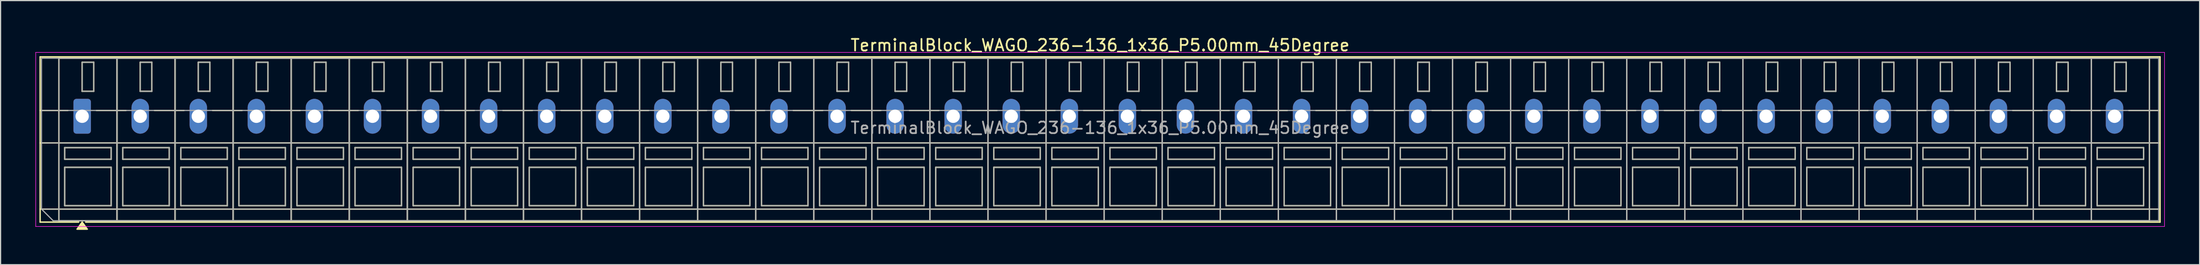
<source format=kicad_pcb>
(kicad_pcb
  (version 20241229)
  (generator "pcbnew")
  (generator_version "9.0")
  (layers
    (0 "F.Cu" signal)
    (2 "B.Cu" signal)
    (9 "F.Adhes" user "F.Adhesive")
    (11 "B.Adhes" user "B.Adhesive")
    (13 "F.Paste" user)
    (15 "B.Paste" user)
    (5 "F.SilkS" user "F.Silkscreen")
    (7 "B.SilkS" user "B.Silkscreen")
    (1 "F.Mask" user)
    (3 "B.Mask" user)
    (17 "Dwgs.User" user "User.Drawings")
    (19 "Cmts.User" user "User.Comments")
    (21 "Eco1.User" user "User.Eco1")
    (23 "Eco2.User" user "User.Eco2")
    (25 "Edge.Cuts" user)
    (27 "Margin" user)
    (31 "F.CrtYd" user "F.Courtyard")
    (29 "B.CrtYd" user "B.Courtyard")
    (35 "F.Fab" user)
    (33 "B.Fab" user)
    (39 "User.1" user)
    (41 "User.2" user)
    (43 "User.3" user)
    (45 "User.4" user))
  (footprint "TerminalBlock_WAGO_236-136_1x36_P5.00mm_45Degree"
    (layer "F.Cu")
    (at 4.025 6.968)
    (property "Reference" "TerminalBlock_WAGO_236-136_1x36_P5.00mm_45Degree" (at 87.65 -6.12 0) (layer "F.SilkS") (effects (font (size 1 1) (thickness 0.15))))
    (attr through_hole)
    (fp_line (start -3.62 -5.12) (end 178.92 -5.12) (stroke (width 0.12) (type solid)) (layer "F.SilkS"))
    (fp_line (start -3.62 -0.5) (end -1.23 -0.5) (stroke (width 0.12) (type solid)) (layer "F.SilkS"))
    (fp_line (start -3.62 2.3) (end 178.92 2.3) (stroke (width 0.12) (type solid)) (layer "F.SilkS"))
    (fp_line (start -3.62 8) (end 178.92 8) (stroke (width 0.12) (type solid)) (layer "F.SilkS"))
    (fp_line (start -3.62 9.12) (end -3.62 -5.12) (stroke (width 0.12) (type solid)) (layer "F.SilkS"))
    (fp_line (start -2 -5) (end 3 -5) (stroke (width 0.12) (type solid)) (layer "F.SilkS"))
    (fp_line (start -2 9) (end -2 -5) (stroke (width 0.12) (type solid)) (layer "F.SilkS"))
    (fp_line (start -1.5 2.7) (end 2.5 2.7) (stroke (width 0.12) (type solid)) (layer "F.SilkS"))
    (fp_line (start -1.5 3.7) (end -1.5 2.7) (stroke (width 0.12) (type solid)) (layer "F.SilkS"))
    (fp_line (start -1.5 4.4) (end 2.5 4.4) (stroke (width 0.12) (type solid)) (layer "F.SilkS"))
    (fp_line (start -1.5 7.7) (end -1.5 4.4) (stroke (width 0.12) (type solid)) (layer "F.SilkS"))
    (fp_line (start -0.3 9.12) (end -3.62 9.12) (stroke (width 0.12) (type solid)) (layer "F.SilkS"))
    (fp_line (start 0 -4.65) (end 1 -4.65) (stroke (width 0.12) (type solid)) (layer "F.SilkS"))
    (fp_line (start 0 -2.15) (end 0 -4.65) (stroke (width 0.12) (type solid)) (layer "F.SilkS"))
    (fp_line (start 1 -4.65) (end 1 -2.15) (stroke (width 0.12) (type solid)) (layer "F.SilkS"))
    (fp_line (start 1 -2.15) (end 0 -2.15) (stroke (width 0.12) (type solid)) (layer "F.SilkS"))
    (fp_line (start 1.23 -0.5) (end 3.77 -0.5) (stroke (width 0.12) (type solid)) (layer "F.SilkS"))
    (fp_line (start 2.5 2.7) (end 2.5 3.7) (stroke (width 0.12) (type solid)) (layer "F.SilkS"))
    (fp_line (start 2.5 3.7) (end -1.5 3.7) (stroke (width 0.12) (type solid)) (layer "F.SilkS"))
    (fp_line (start 2.5 4.4) (end 2.5 7.7) (stroke (width 0.12) (type solid)) (layer "F.SilkS"))
    (fp_line (start 2.5 7.7) (end -1.5 7.7) (stroke (width 0.12) (type solid)) (layer "F.SilkS"))
    (fp_line (start 3 -5) (end 3 9) (stroke (width 0.12) (type solid)) (layer "F.SilkS"))
    (fp_line (start 3 -5) (end 8 -5) (stroke (width 0.12) (type solid)) (layer "F.SilkS"))
    (fp_line (start 3 9) (end -2 9) (stroke (width 0.12) (type solid)) (layer "F.SilkS"))
    (fp_line (start 3 9) (end 3 -5) (stroke (width 0.12) (type solid)) (layer "F.SilkS"))
    (fp_line (start 3.5 2.7) (end 7.5 2.7) (stroke (width 0.12) (type solid)) (layer "F.SilkS"))
    (fp_line (start 3.5 3.7) (end 3.5 2.7) (stroke (width 0.12) (type solid)) (layer "F.SilkS"))
    (fp_line (start 3.5 4.4) (end 7.5 4.4) (stroke (width 0.12) (type solid)) (layer "F.SilkS"))
    (fp_line (start 3.5 7.7) (end 3.5 4.4) (stroke (width 0.12) (type solid)) (layer "F.SilkS"))
    (fp_line (start 5 -4.65) (end 6 -4.65) (stroke (width 0.12) (type solid)) (layer "F.SilkS"))
    (fp_line (start 5 -2.15) (end 5 -4.65) (stroke (width 0.12) (type solid)) (layer "F.SilkS"))
    (fp_line (start 6 -4.65) (end 6 -2.15) (stroke (width 0.12) (type solid)) (layer "F.SilkS"))
    (fp_line (start 6 -2.15) (end 5 -2.15) (stroke (width 0.12) (type solid)) (layer "F.SilkS"))
    (fp_line (start 6.23 -0.5) (end 8.77 -0.5) (stroke (width 0.12) (type solid)) (layer "F.SilkS"))
    (fp_line (start 7.5 2.7) (end 7.5 3.7) (stroke (width 0.12) (type solid)) (layer "F.SilkS"))
    (fp_line (start 7.5 3.7) (end 3.5 3.7) (stroke (width 0.12) (type solid)) (layer "F.SilkS"))
    (fp_line (start 7.5 4.4) (end 7.5 7.7) (stroke (width 0.12) (type solid)) (layer "F.SilkS"))
    (fp_line (start 7.5 7.7) (end 3.5 7.7) (stroke (width 0.12) (type solid)) (layer "F.SilkS"))
    (fp_line (start 8 -5) (end 8 9) (stroke (width 0.12) (type solid)) (layer "F.SilkS"))
    (fp_line (start 8 -5) (end 13 -5) (stroke (width 0.12) (type solid)) (layer "F.SilkS"))
    (fp_line (start 8 9) (end 3 9) (stroke (width 0.12) (type solid)) (layer "F.SilkS"))
    (fp_line (start 8 9) (end 8 -5) (stroke (width 0.12) (type solid)) (layer "F.SilkS"))
    (fp_line (start 8.5 2.7) (end 12.5 2.7) (stroke (width 0.12) (type solid)) (layer "F.SilkS"))
    (fp_line (start 8.5 3.7) (end 8.5 2.7) (stroke (width 0.12) (type solid)) (layer "F.SilkS"))
    (fp_line (start 8.5 4.4) (end 12.5 4.4) (stroke (width 0.12) (type solid)) (layer "F.SilkS"))
    (fp_line (start 8.5 7.7) (end 8.5 4.4) (stroke (width 0.12) (type solid)) (layer "F.SilkS"))
    (fp_line (start 10 -4.65) (end 11 -4.65) (stroke (width 0.12) (type solid)) (layer "F.SilkS"))
    (fp_line (start 10 -2.15) (end 10 -4.65) (stroke (width 0.12) (type solid)) (layer "F.SilkS"))
    (fp_line (start 11 -4.65) (end 11 -2.15) (stroke (width 0.12) (type solid)) (layer "F.SilkS"))
    (fp_line (start 11 -2.15) (end 10 -2.15) (stroke (width 0.12) (type solid)) (layer "F.SilkS"))
    (fp_line (start 11.23 -0.5) (end 13.77 -0.5) (stroke (width 0.12) (type solid)) (layer "F.SilkS"))
    (fp_line (start 12.5 2.7) (end 12.5 3.7) (stroke (width 0.12) (type solid)) (layer "F.SilkS"))
    (fp_line (start 12.5 3.7) (end 8.5 3.7) (stroke (width 0.12) (type solid)) (layer "F.SilkS"))
    (fp_line (start 12.5 4.4) (end 12.5 7.7) (stroke (width 0.12) (type solid)) (layer "F.SilkS"))
    (fp_line (start 12.5 7.7) (end 8.5 7.7) (stroke (width 0.12) (type solid)) (layer "F.SilkS"))
    (fp_line (start 13 -5) (end 13 9) (stroke (width 0.12) (type solid)) (layer "F.SilkS"))
    (fp_line (start 13 -5) (end 18 -5) (stroke (width 0.12) (type solid)) (layer "F.SilkS"))
    (fp_line (start 13 9) (end 8 9) (stroke (width 0.12) (type solid)) (layer "F.SilkS"))
    (fp_line (start 13 9) (end 13 -5) (stroke (width 0.12) (type solid)) (layer "F.SilkS"))
    (fp_line (start 13.5 2.7) (end 17.5 2.7) (stroke (width 0.12) (type solid)) (layer "F.SilkS"))
    (fp_line (start 13.5 3.7) (end 13.5 2.7) (stroke (width 0.12) (type solid)) (layer "F.SilkS"))
    (fp_line (start 13.5 4.4) (end 17.5 4.4) (stroke (width 0.12) (type solid)) (layer "F.SilkS"))
    (fp_line (start 13.5 7.7) (end 13.5 4.4) (stroke (width 0.12) (type solid)) (layer "F.SilkS"))
    (fp_line (start 15 -4.65) (end 16 -4.65) (stroke (width 0.12) (type solid)) (layer "F.SilkS"))
    (fp_line (start 15 -2.15) (end 15 -4.65) (stroke (width 0.12) (type solid)) (layer "F.SilkS"))
    (fp_line (start 16 -4.65) (end 16 -2.15) (stroke (width 0.12) (type solid)) (layer "F.SilkS"))
    (fp_line (start 16 -2.15) (end 15 -2.15) (stroke (width 0.12) (type solid)) (layer "F.SilkS"))
    (fp_line (start 16.23 -0.5) (end 18.77 -0.5) (stroke (width 0.12) (type solid)) (layer "F.SilkS"))
    (fp_line (start 17.5 2.7) (end 17.5 3.7) (stroke (width 0.12) (type solid)) (layer "F.SilkS"))
    (fp_line (start 17.5 3.7) (end 13.5 3.7) (stroke (width 0.12) (type solid)) (layer "F.SilkS"))
    (fp_line (start 17.5 4.4) (end 17.5 7.7) (stroke (width 0.12) (type solid)) (layer "F.SilkS"))
    (fp_line (start 17.5 7.7) (end 13.5 7.7) (stroke (width 0.12) (type solid)) (layer "F.SilkS"))
    (fp_line (start 18 -5) (end 18 9) (stroke (width 0.12) (type solid)) (layer "F.SilkS"))
    (fp_line (start 18 -5) (end 23 -5) (stroke (width 0.12) (type solid)) (layer "F.SilkS"))
    (fp_line (start 18 9) (end 13 9) (stroke (width 0.12) (type solid)) (layer "F.SilkS"))
    (fp_line (start 18 9) (end 18 -5) (stroke (width 0.12) (type solid)) (layer "F.SilkS"))
    (fp_line (start 18.5 2.7) (end 22.5 2.7) (stroke (width 0.12) (type solid)) (layer "F.SilkS"))
    (fp_line (start 18.5 3.7) (end 18.5 2.7) (stroke (width 0.12) (type solid)) (layer "F.SilkS"))
    (fp_line (start 18.5 4.4) (end 22.5 4.4) (stroke (width 0.12) (type solid)) (layer "F.SilkS"))
    (fp_line (start 18.5 7.7) (end 18.5 4.4) (stroke (width 0.12) (type solid)) (layer "F.SilkS"))
    (fp_line (start 20 -4.65) (end 21 -4.65) (stroke (width 0.12) (type solid)) (layer "F.SilkS"))
    (fp_line (start 20 -2.15) (end 20 -4.65) (stroke (width 0.12) (type solid)) (layer "F.SilkS"))
    (fp_line (start 21 -4.65) (end 21 -2.15) (stroke (width 0.12) (type solid)) (layer "F.SilkS"))
    (fp_line (start 21 -2.15) (end 20 -2.15) (stroke (width 0.12) (type solid)) (layer "F.SilkS"))
    (fp_line (start 21.23 -0.5) (end 23.77 -0.5) (stroke (width 0.12) (type solid)) (layer "F.SilkS"))
    (fp_line (start 22.5 2.7) (end 22.5 3.7) (stroke (width 0.12) (type solid)) (layer "F.SilkS"))
    (fp_line (start 22.5 3.7) (end 18.5 3.7) (stroke (width 0.12) (type solid)) (layer "F.SilkS"))
    (fp_line (start 22.5 4.4) (end 22.5 7.7) (stroke (width 0.12) (type solid)) (layer "F.SilkS"))
    (fp_line (start 22.5 7.7) (end 18.5 7.7) (stroke (width 0.12) (type solid)) (layer "F.SilkS"))
    (fp_line (start 23 -5) (end 23 9) (stroke (width 0.12) (type solid)) (layer "F.SilkS"))
    (fp_line (start 23 -5) (end 28 -5) (stroke (width 0.12) (type solid)) (layer "F.SilkS"))
    (fp_line (start 23 9) (end 18 9) (stroke (width 0.12) (type solid)) (layer "F.SilkS"))
    (fp_line (start 23 9) (end 23 -5) (stroke (width 0.12) (type solid)) (layer "F.SilkS"))
    (fp_line (start 23.5 2.7) (end 27.5 2.7) (stroke (width 0.12) (type solid)) (layer "F.SilkS"))
    (fp_line (start 23.5 3.7) (end 23.5 2.7) (stroke (width 0.12) (type solid)) (layer "F.SilkS"))
    (fp_line (start 23.5 4.4) (end 27.5 4.4) (stroke (width 0.12) (type solid)) (layer "F.SilkS"))
    (fp_line (start 23.5 7.7) (end 23.5 4.4) (stroke (width 0.12) (type solid)) (layer "F.SilkS"))
    (fp_line (start 25 -4.65) (end 26 -4.65) (stroke (width 0.12) (type solid)) (layer "F.SilkS"))
    (fp_line (start 25 -2.15) (end 25 -4.65) (stroke (width 0.12) (type solid)) (layer "F.SilkS"))
    (fp_line (start 26 -4.65) (end 26 -2.15) (stroke (width 0.12) (type solid)) (layer "F.SilkS"))
    (fp_line (start 26 -2.15) (end 25 -2.15) (stroke (width 0.12) (type solid)) (layer "F.SilkS"))
    (fp_line (start 26.23 -0.5) (end 28.77 -0.5) (stroke (width 0.12) (type solid)) (layer "F.SilkS"))
    (fp_line (start 27.5 2.7) (end 27.5 3.7) (stroke (width 0.12) (type solid)) (layer "F.SilkS"))
    (fp_line (start 27.5 3.7) (end 23.5 3.7) (stroke (width 0.12) (type solid)) (layer "F.SilkS"))
    (fp_line (start 27.5 4.4) (end 27.5 7.7) (stroke (width 0.12) (type solid)) (layer "F.SilkS"))
    (fp_line (start 27.5 7.7) (end 23.5 7.7) (stroke (width 0.12) (type solid)) (layer "F.SilkS"))
    (fp_line (start 28 -5) (end 28 9) (stroke (width 0.12) (type solid)) (layer "F.SilkS"))
    (fp_line (start 28 -5) (end 33 -5) (stroke (width 0.12) (type solid)) (layer "F.SilkS"))
    (fp_line (start 28 9) (end 23 9) (stroke (width 0.12) (type solid)) (layer "F.SilkS"))
    (fp_line (start 28 9) (end 28 -5) (stroke (width 0.12) (type solid)) (layer "F.SilkS"))
    (fp_line (start 28.5 2.7) (end 32.5 2.7) (stroke (width 0.12) (type solid)) (layer "F.SilkS"))
    (fp_line (start 28.5 3.7) (end 28.5 2.7) (stroke (width 0.12) (type solid)) (layer "F.SilkS"))
    (fp_line (start 28.5 4.4) (end 32.5 4.4) (stroke (width 0.12) (type solid)) (layer "F.SilkS"))
    (fp_line (start 28.5 7.7) (end 28.5 4.4) (stroke (width 0.12) (type solid)) (layer "F.SilkS"))
    (fp_line (start 30 -4.65) (end 31 -4.65) (stroke (width 0.12) (type solid)) (layer "F.SilkS"))
    (fp_line (start 30 -2.15) (end 30 -4.65) (stroke (width 0.12) (type solid)) (layer "F.SilkS"))
    (fp_line (start 31 -4.65) (end 31 -2.15) (stroke (width 0.12) (type solid)) (layer "F.SilkS"))
    (fp_line (start 31 -2.15) (end 30 -2.15) (stroke (width 0.12) (type solid)) (layer "F.SilkS"))
    (fp_line (start 31.23 -0.5) (end 33.77 -0.5) (stroke (width 0.12) (type solid)) (layer "F.SilkS"))
    (fp_line (start 32.5 2.7) (end 32.5 3.7) (stroke (width 0.12) (type solid)) (layer "F.SilkS"))
    (fp_line (start 32.5 3.7) (end 28.5 3.7) (stroke (width 0.12) (type solid)) (layer "F.SilkS"))
    (fp_line (start 32.5 4.4) (end 32.5 7.7) (stroke (width 0.12) (type solid)) (layer "F.SilkS"))
    (fp_line (start 32.5 7.7) (end 28.5 7.7) (stroke (width 0.12) (type solid)) (layer "F.SilkS"))
    (fp_line (start 33 -5) (end 33 9) (stroke (width 0.12) (type solid)) (layer "F.SilkS"))
    (fp_line (start 33 -5) (end 38 -5) (stroke (width 0.12) (type solid)) (layer "F.SilkS"))
    (fp_line (start 33 9) (end 28 9) (stroke (width 0.12) (type solid)) (layer "F.SilkS"))
    (fp_line (start 33 9) (end 33 -5) (stroke (width 0.12) (type solid)) (layer "F.SilkS"))
    (fp_line (start 33.5 2.7) (end 37.5 2.7) (stroke (width 0.12) (type solid)) (layer "F.SilkS"))
    (fp_line (start 33.5 3.7) (end 33.5 2.7) (stroke (width 0.12) (type solid)) (layer "F.SilkS"))
    (fp_line (start 33.5 4.4) (end 37.5 4.4) (stroke (width 0.12) (type solid)) (layer "F.SilkS"))
    (fp_line (start 33.5 7.7) (end 33.5 4.4) (stroke (width 0.12) (type solid)) (layer "F.SilkS"))
    (fp_line (start 35 -4.65) (end 36 -4.65) (stroke (width 0.12) (type solid)) (layer "F.SilkS"))
    (fp_line (start 35 -2.15) (end 35 -4.65) (stroke (width 0.12) (type solid)) (layer "F.SilkS"))
    (fp_line (start 36 -4.65) (end 36 -2.15) (stroke (width 0.12) (type solid)) (layer "F.SilkS"))
    (fp_line (start 36 -2.15) (end 35 -2.15) (stroke (width 0.12) (type solid)) (layer "F.SilkS"))
    (fp_line (start 36.23 -0.5) (end 38.77 -0.5) (stroke (width 0.12) (type solid)) (layer "F.SilkS"))
    (fp_line (start 37.5 2.7) (end 37.5 3.7) (stroke (width 0.12) (type solid)) (layer "F.SilkS"))
    (fp_line (start 37.5 3.7) (end 33.5 3.7) (stroke (width 0.12) (type solid)) (layer "F.SilkS"))
    (fp_line (start 37.5 4.4) (end 37.5 7.7) (stroke (width 0.12) (type solid)) (layer "F.SilkS"))
    (fp_line (start 37.5 7.7) (end 33.5 7.7) (stroke (width 0.12) (type solid)) (layer "F.SilkS"))
    (fp_line (start 38 -5) (end 38 9) (stroke (width 0.12) (type solid)) (layer "F.SilkS"))
    (fp_line (start 38 -5) (end 43 -5) (stroke (width 0.12) (type solid)) (layer "F.SilkS"))
    (fp_line (start 38 9) (end 33 9) (stroke (width 0.12) (type solid)) (layer "F.SilkS"))
    (fp_line (start 38 9) (end 38 -5) (stroke (width 0.12) (type solid)) (layer "F.SilkS"))
    (fp_line (start 38.5 2.7) (end 42.5 2.7) (stroke (width 0.12) (type solid)) (layer "F.SilkS"))
    (fp_line (start 38.5 3.7) (end 38.5 2.7) (stroke (width 0.12) (type solid)) (layer "F.SilkS"))
    (fp_line (start 38.5 4.4) (end 42.5 4.4) (stroke (width 0.12) (type solid)) (layer "F.SilkS"))
    (fp_line (start 38.5 7.7) (end 38.5 4.4) (stroke (width 0.12) (type solid)) (layer "F.SilkS"))
    (fp_line (start 40 -4.65) (end 41 -4.65) (stroke (width 0.12) (type solid)) (layer "F.SilkS"))
    (fp_line (start 40 -2.15) (end 40 -4.65) (stroke (width 0.12) (type solid)) (layer "F.SilkS"))
    (fp_line (start 41 -4.65) (end 41 -2.15) (stroke (width 0.12) (type solid)) (layer "F.SilkS"))
    (fp_line (start 41 -2.15) (end 40 -2.15) (stroke (width 0.12) (type solid)) (layer "F.SilkS"))
    (fp_line (start 41.23 -0.5) (end 43.77 -0.5) (stroke (width 0.12) (type solid)) (layer "F.SilkS"))
    (fp_line (start 42.5 2.7) (end 42.5 3.7) (stroke (width 0.12) (type solid)) (layer "F.SilkS"))
    (fp_line (start 42.5 3.7) (end 38.5 3.7) (stroke (width 0.12) (type solid)) (layer "F.SilkS"))
    (fp_line (start 42.5 4.4) (end 42.5 7.7) (stroke (width 0.12) (type solid)) (layer "F.SilkS"))
    (fp_line (start 42.5 7.7) (end 38.5 7.7) (stroke (width 0.12) (type solid)) (layer "F.SilkS"))
    (fp_line (start 43 -5) (end 43 9) (stroke (width 0.12) (type solid)) (layer "F.SilkS"))
    (fp_line (start 43 -5) (end 48 -5) (stroke (width 0.12) (type solid)) (layer "F.SilkS"))
    (fp_line (start 43 9) (end 38 9) (stroke (width 0.12) (type solid)) (layer "F.SilkS"))
    (fp_line (start 43 9) (end 43 -5) (stroke (width 0.12) (type solid)) (layer "F.SilkS"))
    (fp_line (start 43.5 2.7) (end 47.5 2.7) (stroke (width 0.12) (type solid)) (layer "F.SilkS"))
    (fp_line (start 43.5 3.7) (end 43.5 2.7) (stroke (width 0.12) (type solid)) (layer "F.SilkS"))
    (fp_line (start 43.5 4.4) (end 47.5 4.4) (stroke (width 0.12) (type solid)) (layer "F.SilkS"))
    (fp_line (start 43.5 7.7) (end 43.5 4.4) (stroke (width 0.12) (type solid)) (layer "F.SilkS"))
    (fp_line (start 45 -4.65) (end 46 -4.65) (stroke (width 0.12) (type solid)) (layer "F.SilkS"))
    (fp_line (start 45 -2.15) (end 45 -4.65) (stroke (width 0.12) (type solid)) (layer "F.SilkS"))
    (fp_line (start 46 -4.65) (end 46 -2.15) (stroke (width 0.12) (type solid)) (layer "F.SilkS"))
    (fp_line (start 46 -2.15) (end 45 -2.15) (stroke (width 0.12) (type solid)) (layer "F.SilkS"))
    (fp_line (start 46.23 -0.5) (end 48.77 -0.5) (stroke (width 0.12) (type solid)) (layer "F.SilkS"))
    (fp_line (start 47.5 2.7) (end 47.5 3.7) (stroke (width 0.12) (type solid)) (layer "F.SilkS"))
    (fp_line (start 47.5 3.7) (end 43.5 3.7) (stroke (width 0.12) (type solid)) (layer "F.SilkS"))
    (fp_line (start 47.5 4.4) (end 47.5 7.7) (stroke (width 0.12) (type solid)) (layer "F.SilkS"))
    (fp_line (start 47.5 7.7) (end 43.5 7.7) (stroke (width 0.12) (type solid)) (layer "F.SilkS"))
    (fp_line (start 48 -5) (end 48 9) (stroke (width 0.12) (type solid)) (layer "F.SilkS"))
    (fp_line (start 48 -5) (end 53 -5) (stroke (width 0.12) (type solid)) (layer "F.SilkS"))
    (fp_line (start 48 9) (end 43 9) (stroke (width 0.12) (type solid)) (layer "F.SilkS"))
    (fp_line (start 48 9) (end 48 -5) (stroke (width 0.12) (type solid)) (layer "F.SilkS"))
    (fp_line (start 48.5 2.7) (end 52.5 2.7) (stroke (width 0.12) (type solid)) (layer "F.SilkS"))
    (fp_line (start 48.5 3.7) (end 48.5 2.7) (stroke (width 0.12) (type solid)) (layer "F.SilkS"))
    (fp_line (start 48.5 4.4) (end 52.5 4.4) (stroke (width 0.12) (type solid)) (layer "F.SilkS"))
    (fp_line (start 48.5 7.7) (end 48.5 4.4) (stroke (width 0.12) (type solid)) (layer "F.SilkS"))
    (fp_line (start 50 -4.65) (end 51 -4.65) (stroke (width 0.12) (type solid)) (layer "F.SilkS"))
    (fp_line (start 50 -2.15) (end 50 -4.65) (stroke (width 0.12) (type solid)) (layer "F.SilkS"))
    (fp_line (start 51 -4.65) (end 51 -2.15) (stroke (width 0.12) (type solid)) (layer "F.SilkS"))
    (fp_line (start 51 -2.15) (end 50 -2.15) (stroke (width 0.12) (type solid)) (layer "F.SilkS"))
    (fp_line (start 51.23 -0.5) (end 53.77 -0.5) (stroke (width 0.12) (type solid)) (layer "F.SilkS"))
    (fp_line (start 52.5 2.7) (end 52.5 3.7) (stroke (width 0.12) (type solid)) (layer "F.SilkS"))
    (fp_line (start 52.5 3.7) (end 48.5 3.7) (stroke (width 0.12) (type solid)) (layer "F.SilkS"))
    (fp_line (start 52.5 4.4) (end 52.5 7.7) (stroke (width 0.12) (type solid)) (layer "F.SilkS"))
    (fp_line (start 52.5 7.7) (end 48.5 7.7) (stroke (width 0.12) (type solid)) (layer "F.SilkS"))
    (fp_line (start 53 -5) (end 53 9) (stroke (width 0.12) (type solid)) (layer "F.SilkS"))
    (fp_line (start 53 -5) (end 58 -5) (stroke (width 0.12) (type solid)) (layer "F.SilkS"))
    (fp_line (start 53 9) (end 48 9) (stroke (width 0.12) (type solid)) (layer "F.SilkS"))
    (fp_line (start 53 9) (end 53 -5) (stroke (width 0.12) (type solid)) (layer "F.SilkS"))
    (fp_line (start 53.5 2.7) (end 57.5 2.7) (stroke (width 0.12) (type solid)) (layer "F.SilkS"))
    (fp_line (start 53.5 3.7) (end 53.5 2.7) (stroke (width 0.12) (type solid)) (layer "F.SilkS"))
    (fp_line (start 53.5 4.4) (end 57.5 4.4) (stroke (width 0.12) (type solid)) (layer "F.SilkS"))
    (fp_line (start 53.5 7.7) (end 53.5 4.4) (stroke (width 0.12) (type solid)) (layer "F.SilkS"))
    (fp_line (start 55 -4.65) (end 56 -4.65) (stroke (width 0.12) (type solid)) (layer "F.SilkS"))
    (fp_line (start 55 -2.15) (end 55 -4.65) (stroke (width 0.12) (type solid)) (layer "F.SilkS"))
    (fp_line (start 56 -4.65) (end 56 -2.15) (stroke (width 0.12) (type solid)) (layer "F.SilkS"))
    (fp_line (start 56 -2.15) (end 55 -2.15) (stroke (width 0.12) (type solid)) (layer "F.SilkS"))
    (fp_line (start 56.23 -0.5) (end 58.77 -0.5) (stroke (width 0.12) (type solid)) (layer "F.SilkS"))
    (fp_line (start 57.5 2.7) (end 57.5 3.7) (stroke (width 0.12) (type solid)) (layer "F.SilkS"))
    (fp_line (start 57.5 3.7) (end 53.5 3.7) (stroke (width 0.12) (type solid)) (layer "F.SilkS"))
    (fp_line (start 57.5 4.4) (end 57.5 7.7) (stroke (width 0.12) (type solid)) (layer "F.SilkS"))
    (fp_line (start 57.5 7.7) (end 53.5 7.7) (stroke (width 0.12) (type solid)) (layer "F.SilkS"))
    (fp_line (start 58 -5) (end 58 9) (stroke (width 0.12) (type solid)) (layer "F.SilkS"))
    (fp_line (start 58 -5) (end 63 -5) (stroke (width 0.12) (type solid)) (layer "F.SilkS"))
    (fp_line (start 58 9) (end 53 9) (stroke (width 0.12) (type solid)) (layer "F.SilkS"))
    (fp_line (start 58 9) (end 58 -5) (stroke (width 0.12) (type solid)) (layer "F.SilkS"))
    (fp_line (start 58.5 2.7) (end 62.5 2.7) (stroke (width 0.12) (type solid)) (layer "F.SilkS"))
    (fp_line (start 58.5 3.7) (end 58.5 2.7) (stroke (width 0.12) (type solid)) (layer "F.SilkS"))
    (fp_line (start 58.5 4.4) (end 62.5 4.4) (stroke (width 0.12) (type solid)) (layer "F.SilkS"))
    (fp_line (start 58.5 7.7) (end 58.5 4.4) (stroke (width 0.12) (type solid)) (layer "F.SilkS"))
    (fp_line (start 60 -4.65) (end 61 -4.65) (stroke (width 0.12) (type solid)) (layer "F.SilkS"))
    (fp_line (start 60 -2.15) (end 60 -4.65) (stroke (width 0.12) (type solid)) (layer "F.SilkS"))
    (fp_line (start 61 -4.65) (end 61 -2.15) (stroke (width 0.12) (type solid)) (layer "F.SilkS"))
    (fp_line (start 61 -2.15) (end 60 -2.15) (stroke (width 0.12) (type solid)) (layer "F.SilkS"))
    (fp_line (start 61.23 -0.5) (end 63.77 -0.5) (stroke (width 0.12) (type solid)) (layer "F.SilkS"))
    (fp_line (start 62.5 2.7) (end 62.5 3.7) (stroke (width 0.12) (type solid)) (layer "F.SilkS"))
    (fp_line (start 62.5 3.7) (end 58.5 3.7) (stroke (width 0.12) (type solid)) (layer "F.SilkS"))
    (fp_line (start 62.5 4.4) (end 62.5 7.7) (stroke (width 0.12) (type solid)) (layer "F.SilkS"))
    (fp_line (start 62.5 7.7) (end 58.5 7.7) (stroke (width 0.12) (type solid)) (layer "F.SilkS"))
    (fp_line (start 63 -5) (end 63 9) (stroke (width 0.12) (type solid)) (layer "F.SilkS"))
    (fp_line (start 63 -5) (end 68 -5) (stroke (width 0.12) (type solid)) (layer "F.SilkS"))
    (fp_line (start 63 9) (end 58 9) (stroke (width 0.12) (type solid)) (layer "F.SilkS"))
    (fp_line (start 63 9) (end 63 -5) (stroke (width 0.12) (type solid)) (layer "F.SilkS"))
    (fp_line (start 63.5 2.7) (end 67.5 2.7) (stroke (width 0.12) (type solid)) (layer "F.SilkS"))
    (fp_line (start 63.5 3.7) (end 63.5 2.7) (stroke (width 0.12) (type solid)) (layer "F.SilkS"))
    (fp_line (start 63.5 4.4) (end 67.5 4.4) (stroke (width 0.12) (type solid)) (layer "F.SilkS"))
    (fp_line (start 63.5 7.7) (end 63.5 4.4) (stroke (width 0.12) (type solid)) (layer "F.SilkS"))
    (fp_line (start 65 -4.65) (end 66 -4.65) (stroke (width 0.12) (type solid)) (layer "F.SilkS"))
    (fp_line (start 65 -2.15) (end 65 -4.65) (stroke (width 0.12) (type solid)) (layer "F.SilkS"))
    (fp_line (start 66 -4.65) (end 66 -2.15) (stroke (width 0.12) (type solid)) (layer "F.SilkS"))
    (fp_line (start 66 -2.15) (end 65 -2.15) (stroke (width 0.12) (type solid)) (layer "F.SilkS"))
    (fp_line (start 66.23 -0.5) (end 68.77 -0.5) (stroke (width 0.12) (type solid)) (layer "F.SilkS"))
    (fp_line (start 67.5 2.7) (end 67.5 3.7) (stroke (width 0.12) (type solid)) (layer "F.SilkS"))
    (fp_line (start 67.5 3.7) (end 63.5 3.7) (stroke (width 0.12) (type solid)) (layer "F.SilkS"))
    (fp_line (start 67.5 4.4) (end 67.5 7.7) (stroke (width 0.12) (type solid)) (layer "F.SilkS"))
    (fp_line (start 67.5 7.7) (end 63.5 7.7) (stroke (width 0.12) (type solid)) (layer "F.SilkS"))
    (fp_line (start 68 -5) (end 68 9) (stroke (width 0.12) (type solid)) (layer "F.SilkS"))
    (fp_line (start 68 -5) (end 73 -5) (stroke (width 0.12) (type solid)) (layer "F.SilkS"))
    (fp_line (start 68 9) (end 63 9) (stroke (width 0.12) (type solid)) (layer "F.SilkS"))
    (fp_line (start 68 9) (end 68 -5) (stroke (width 0.12) (type solid)) (layer "F.SilkS"))
    (fp_line (start 68.5 2.7) (end 72.5 2.7) (stroke (width 0.12) (type solid)) (layer "F.SilkS"))
    (fp_line (start 68.5 3.7) (end 68.5 2.7) (stroke (width 0.12) (type solid)) (layer "F.SilkS"))
    (fp_line (start 68.5 4.4) (end 72.5 4.4) (stroke (width 0.12) (type solid)) (layer "F.SilkS"))
    (fp_line (start 68.5 7.7) (end 68.5 4.4) (stroke (width 0.12) (type solid)) (layer "F.SilkS"))
    (fp_line (start 70 -4.65) (end 71 -4.65) (stroke (width 0.12) (type solid)) (layer "F.SilkS"))
    (fp_line (start 70 -2.15) (end 70 -4.65) (stroke (width 0.12) (type solid)) (layer "F.SilkS"))
    (fp_line (start 71 -4.65) (end 71 -2.15) (stroke (width 0.12) (type solid)) (layer "F.SilkS"))
    (fp_line (start 71 -2.15) (end 70 -2.15) (stroke (width 0.12) (type solid)) (layer "F.SilkS"))
    (fp_line (start 71.23 -0.5) (end 73.77 -0.5) (stroke (width 0.12) (type solid)) (layer "F.SilkS"))
    (fp_line (start 72.5 2.7) (end 72.5 3.7) (stroke (width 0.12) (type solid)) (layer "F.SilkS"))
    (fp_line (start 72.5 3.7) (end 68.5 3.7) (stroke (width 0.12) (type solid)) (layer "F.SilkS"))
    (fp_line (start 72.5 4.4) (end 72.5 7.7) (stroke (width 0.12) (type solid)) (layer "F.SilkS"))
    (fp_line (start 72.5 7.7) (end 68.5 7.7) (stroke (width 0.12) (type solid)) (layer "F.SilkS"))
    (fp_line (start 73 -5) (end 73 9) (stroke (width 0.12) (type solid)) (layer "F.SilkS"))
    (fp_line (start 73 -5) (end 78 -5) (stroke (width 0.12) (type solid)) (layer "F.SilkS"))
    (fp_line (start 73 9) (end 68 9) (stroke (width 0.12) (type solid)) (layer "F.SilkS"))
    (fp_line (start 73 9) (end 73 -5) (stroke (width 0.12) (type solid)) (layer "F.SilkS"))
    (fp_line (start 73.5 2.7) (end 77.5 2.7) (stroke (width 0.12) (type solid)) (layer "F.SilkS"))
    (fp_line (start 73.5 3.7) (end 73.5 2.7) (stroke (width 0.12) (type solid)) (layer "F.SilkS"))
    (fp_line (start 73.5 4.4) (end 77.5 4.4) (stroke (width 0.12) (type solid)) (layer "F.SilkS"))
    (fp_line (start 73.5 7.7) (end 73.5 4.4) (stroke (width 0.12) (type solid)) (layer "F.SilkS"))
    (fp_line (start 75 -4.65) (end 76 -4.65) (stroke (width 0.12) (type solid)) (layer "F.SilkS"))
    (fp_line (start 75 -2.15) (end 75 -4.65) (stroke (width 0.12) (type solid)) (layer "F.SilkS"))
    (fp_line (start 76 -4.65) (end 76 -2.15) (stroke (width 0.12) (type solid)) (layer "F.SilkS"))
    (fp_line (start 76 -2.15) (end 75 -2.15) (stroke (width 0.12) (type solid)) (layer "F.SilkS"))
    (fp_line (start 76.23 -0.5) (end 78.77 -0.5) (stroke (width 0.12) (type solid)) (layer "F.SilkS"))
    (fp_line (start 77.5 2.7) (end 77.5 3.7) (stroke (width 0.12) (type solid)) (layer "F.SilkS"))
    (fp_line (start 77.5 3.7) (end 73.5 3.7) (stroke (width 0.12) (type solid)) (layer "F.SilkS"))
    (fp_line (start 77.5 4.4) (end 77.5 7.7) (stroke (width 0.12) (type solid)) (layer "F.SilkS"))
    (fp_line (start 77.5 7.7) (end 73.5 7.7) (stroke (width 0.12) (type solid)) (layer "F.SilkS"))
    (fp_line (start 78 -5) (end 78 9) (stroke (width 0.12) (type solid)) (layer "F.SilkS"))
    (fp_line (start 78 -5) (end 83 -5) (stroke (width 0.12) (type solid)) (layer "F.SilkS"))
    (fp_line (start 78 9) (end 73 9) (stroke (width 0.12) (type solid)) (layer "F.SilkS"))
    (fp_line (start 78 9) (end 78 -5) (stroke (width 0.12) (type solid)) (layer "F.SilkS"))
    (fp_line (start 78.5 2.7) (end 82.5 2.7) (stroke (width 0.12) (type solid)) (layer "F.SilkS"))
    (fp_line (start 78.5 3.7) (end 78.5 2.7) (stroke (width 0.12) (type solid)) (layer "F.SilkS"))
    (fp_line (start 78.5 4.4) (end 82.5 4.4) (stroke (width 0.12) (type solid)) (layer "F.SilkS"))
    (fp_line (start 78.5 7.7) (end 78.5 4.4) (stroke (width 0.12) (type solid)) (layer "F.SilkS"))
    (fp_line (start 80 -4.65) (end 81 -4.65) (stroke (width 0.12) (type solid)) (layer "F.SilkS"))
    (fp_line (start 80 -2.15) (end 80 -4.65) (stroke (width 0.12) (type solid)) (layer "F.SilkS"))
    (fp_line (start 81 -4.65) (end 81 -2.15) (stroke (width 0.12) (type solid)) (layer "F.SilkS"))
    (fp_line (start 81 -2.15) (end 80 -2.15) (stroke (width 0.12) (type solid)) (layer "F.SilkS"))
    (fp_line (start 81.23 -0.5) (end 83.77 -0.5) (stroke (width 0.12) (type solid)) (layer "F.SilkS"))
    (fp_line (start 82.5 2.7) (end 82.5 3.7) (stroke (width 0.12) (type solid)) (layer "F.SilkS"))
    (fp_line (start 82.5 3.7) (end 78.5 3.7) (stroke (width 0.12) (type solid)) (layer "F.SilkS"))
    (fp_line (start 82.5 4.4) (end 82.5 7.7) (stroke (width 0.12) (type solid)) (layer "F.SilkS"))
    (fp_line (start 82.5 7.7) (end 78.5 7.7) (stroke (width 0.12) (type solid)) (layer "F.SilkS"))
    (fp_line (start 83 -5) (end 83 9) (stroke (width 0.12) (type solid)) (layer "F.SilkS"))
    (fp_line (start 83 -5) (end 88 -5) (stroke (width 0.12) (type solid)) (layer "F.SilkS"))
    (fp_line (start 83 9) (end 78 9) (stroke (width 0.12) (type solid)) (layer "F.SilkS"))
    (fp_line (start 83 9) (end 83 -5) (stroke (width 0.12) (type solid)) (layer "F.SilkS"))
    (fp_line (start 83.5 2.7) (end 87.5 2.7) (stroke (width 0.12) (type solid)) (layer "F.SilkS"))
    (fp_line (start 83.5 3.7) (end 83.5 2.7) (stroke (width 0.12) (type solid)) (layer "F.SilkS"))
    (fp_line (start 83.5 4.4) (end 87.5 4.4) (stroke (width 0.12) (type solid)) (layer "F.SilkS"))
    (fp_line (start 83.5 7.7) (end 83.5 4.4) (stroke (width 0.12) (type solid)) (layer "F.SilkS"))
    (fp_line (start 85 -4.65) (end 86 -4.65) (stroke (width 0.12) (type solid)) (layer "F.SilkS"))
    (fp_line (start 85 -2.15) (end 85 -4.65) (stroke (width 0.12) (type solid)) (layer "F.SilkS"))
    (fp_line (start 86 -4.65) (end 86 -2.15) (stroke (width 0.12) (type solid)) (layer "F.SilkS"))
    (fp_line (start 86 -2.15) (end 85 -2.15) (stroke (width 0.12) (type solid)) (layer "F.SilkS"))
    (fp_line (start 86.23 -0.5) (end 88.77 -0.5) (stroke (width 0.12) (type solid)) (layer "F.SilkS"))
    (fp_line (start 87.5 2.7) (end 87.5 3.7) (stroke (width 0.12) (type solid)) (layer "F.SilkS"))
    (fp_line (start 87.5 3.7) (end 83.5 3.7) (stroke (width 0.12) (type solid)) (layer "F.SilkS"))
    (fp_line (start 87.5 4.4) (end 87.5 7.7) (stroke (width 0.12) (type solid)) (layer "F.SilkS"))
    (fp_line (start 87.5 7.7) (end 83.5 7.7) (stroke (width 0.12) (type solid)) (layer "F.SilkS"))
    (fp_line (start 88 -5) (end 88 9) (stroke (width 0.12) (type solid)) (layer "F.SilkS"))
    (fp_line (start 88 -5) (end 93 -5) (stroke (width 0.12) (type solid)) (layer "F.SilkS"))
    (fp_line (start 88 9) (end 83 9) (stroke (width 0.12) (type solid)) (layer "F.SilkS"))
    (fp_line (start 88 9) (end 88 -5) (stroke (width 0.12) (type solid)) (layer "F.SilkS"))
    (fp_line (start 88.5 2.7) (end 92.5 2.7) (stroke (width 0.12) (type solid)) (layer "F.SilkS"))
    (fp_line (start 88.5 3.7) (end 88.5 2.7) (stroke (width 0.12) (type solid)) (layer "F.SilkS"))
    (fp_line (start 88.5 4.4) (end 92.5 4.4) (stroke (width 0.12) (type solid)) (layer "F.SilkS"))
    (fp_line (start 88.5 7.7) (end 88.5 4.4) (stroke (width 0.12) (type solid)) (layer "F.SilkS"))
    (fp_line (start 90 -4.65) (end 91 -4.65) (stroke (width 0.12) (type solid)) (layer "F.SilkS"))
    (fp_line (start 90 -2.15) (end 90 -4.65) (stroke (width 0.12) (type solid)) (layer "F.SilkS"))
    (fp_line (start 91 -4.65) (end 91 -2.15) (stroke (width 0.12) (type solid)) (layer "F.SilkS"))
    (fp_line (start 91 -2.15) (end 90 -2.15) (stroke (width 0.12) (type solid)) (layer "F.SilkS"))
    (fp_line (start 91.23 -0.5) (end 93.77 -0.5) (stroke (width 0.12) (type solid)) (layer "F.SilkS"))
    (fp_line (start 92.5 2.7) (end 92.5 3.7) (stroke (width 0.12) (type solid)) (layer "F.SilkS"))
    (fp_line (start 92.5 3.7) (end 88.5 3.7) (stroke (width 0.12) (type solid)) (layer "F.SilkS"))
    (fp_line (start 92.5 4.4) (end 92.5 7.7) (stroke (width 0.12) (type solid)) (layer "F.SilkS"))
    (fp_line (start 92.5 7.7) (end 88.5 7.7) (stroke (width 0.12) (type solid)) (layer "F.SilkS"))
    (fp_line (start 93 -5) (end 93 9) (stroke (width 0.12) (type solid)) (layer "F.SilkS"))
    (fp_line (start 93 -5) (end 98 -5) (stroke (width 0.12) (type solid)) (layer "F.SilkS"))
    (fp_line (start 93 9) (end 88 9) (stroke (width 0.12) (type solid)) (layer "F.SilkS"))
    (fp_line (start 93 9) (end 93 -5) (stroke (width 0.12) (type solid)) (layer "F.SilkS"))
    (fp_line (start 93.5 2.7) (end 97.5 2.7) (stroke (width 0.12) (type solid)) (layer "F.SilkS"))
    (fp_line (start 93.5 3.7) (end 93.5 2.7) (stroke (width 0.12) (type solid)) (layer "F.SilkS"))
    (fp_line (start 93.5 4.4) (end 97.5 4.4) (stroke (width 0.12) (type solid)) (layer "F.SilkS"))
    (fp_line (start 93.5 7.7) (end 93.5 4.4) (stroke (width 0.12) (type solid)) (layer "F.SilkS"))
    (fp_line (start 95 -4.65) (end 96 -4.65) (stroke (width 0.12) (type solid)) (layer "F.SilkS"))
    (fp_line (start 95 -2.15) (end 95 -4.65) (stroke (width 0.12) (type solid)) (layer "F.SilkS"))
    (fp_line (start 96 -4.65) (end 96 -2.15) (stroke (width 0.12) (type solid)) (layer "F.SilkS"))
    (fp_line (start 96 -2.15) (end 95 -2.15) (stroke (width 0.12) (type solid)) (layer "F.SilkS"))
    (fp_line (start 96.23 -0.5) (end 98.77 -0.5) (stroke (width 0.12) (type solid)) (layer "F.SilkS"))
    (fp_line (start 97.5 2.7) (end 97.5 3.7) (stroke (width 0.12) (type solid)) (layer "F.SilkS"))
    (fp_line (start 97.5 3.7) (end 93.5 3.7) (stroke (width 0.12) (type solid)) (layer "F.SilkS"))
    (fp_line (start 97.5 4.4) (end 97.5 7.7) (stroke (width 0.12) (type solid)) (layer "F.SilkS"))
    (fp_line (start 97.5 7.7) (end 93.5 7.7) (stroke (width 0.12) (type solid)) (layer "F.SilkS"))
    (fp_line (start 98 -5) (end 98 9) (stroke (width 0.12) (type solid)) (layer "F.SilkS"))
    (fp_line (start 98 -5) (end 103 -5) (stroke (width 0.12) (type solid)) (layer "F.SilkS"))
    (fp_line (start 98 9) (end 93 9) (stroke (width 0.12) (type solid)) (layer "F.SilkS"))
    (fp_line (start 98 9) (end 98 -5) (stroke (width 0.12) (type solid)) (layer "F.SilkS"))
    (fp_line (start 98.5 2.7) (end 102.5 2.7) (stroke (width 0.12) (type solid)) (layer "F.SilkS"))
    (fp_line (start 98.5 3.7) (end 98.5 2.7) (stroke (width 0.12) (type solid)) (layer "F.SilkS"))
    (fp_line (start 98.5 4.4) (end 102.5 4.4) (stroke (width 0.12) (type solid)) (layer "F.SilkS"))
    (fp_line (start 98.5 7.7) (end 98.5 4.4) (stroke (width 0.12) (type solid)) (layer "F.SilkS"))
    (fp_line (start 100 -4.65) (end 101 -4.65) (stroke (width 0.12) (type solid)) (layer "F.SilkS"))
    (fp_line (start 100 -2.15) (end 100 -4.65) (stroke (width 0.12) (type solid)) (layer "F.SilkS"))
    (fp_line (start 101 -4.65) (end 101 -2.15) (stroke (width 0.12) (type solid)) (layer "F.SilkS"))
    (fp_line (start 101 -2.15) (end 100 -2.15) (stroke (width 0.12) (type solid)) (layer "F.SilkS"))
    (fp_line (start 101.23 -0.5) (end 103.77 -0.5) (stroke (width 0.12) (type solid)) (layer "F.SilkS"))
    (fp_line (start 102.5 2.7) (end 102.5 3.7) (stroke (width 0.12) (type solid)) (layer "F.SilkS"))
    (fp_line (start 102.5 3.7) (end 98.5 3.7) (stroke (width 0.12) (type solid)) (layer "F.SilkS"))
    (fp_line (start 102.5 4.4) (end 102.5 7.7) (stroke (width 0.12) (type solid)) (layer "F.SilkS"))
    (fp_line (start 102.5 7.7) (end 98.5 7.7) (stroke (width 0.12) (type solid)) (layer "F.SilkS"))
    (fp_line (start 103 -5) (end 103 9) (stroke (width 0.12) (type solid)) (layer "F.SilkS"))
    (fp_line (start 103 -5) (end 108 -5) (stroke (width 0.12) (type solid)) (layer "F.SilkS"))
    (fp_line (start 103 9) (end 98 9) (stroke (width 0.12) (type solid)) (layer "F.SilkS"))
    (fp_line (start 103 9) (end 103 -5) (stroke (width 0.12) (type solid)) (layer "F.SilkS"))
    (fp_line (start 103.5 2.7) (end 107.5 2.7) (stroke (width 0.12) (type solid)) (layer "F.SilkS"))
    (fp_line (start 103.5 3.7) (end 103.5 2.7) (stroke (width 0.12) (type solid)) (layer "F.SilkS"))
    (fp_line (start 103.5 4.4) (end 107.5 4.4) (stroke (width 0.12) (type solid)) (layer "F.SilkS"))
    (fp_line (start 103.5 7.7) (end 103.5 4.4) (stroke (width 0.12) (type solid)) (layer "F.SilkS"))
    (fp_line (start 105 -4.65) (end 106 -4.65) (stroke (width 0.12) (type solid)) (layer "F.SilkS"))
    (fp_line (start 105 -2.15) (end 105 -4.65) (stroke (width 0.12) (type solid)) (layer "F.SilkS"))
    (fp_line (start 106 -4.65) (end 106 -2.15) (stroke (width 0.12) (type solid)) (layer "F.SilkS"))
    (fp_line (start 106 -2.15) (end 105 -2.15) (stroke (width 0.12) (type solid)) (layer "F.SilkS"))
    (fp_line (start 106.23 -0.5) (end 108.77 -0.5) (stroke (width 0.12) (type solid)) (layer "F.SilkS"))
    (fp_line (start 107.5 2.7) (end 107.5 3.7) (stroke (width 0.12) (type solid)) (layer "F.SilkS"))
    (fp_line (start 107.5 3.7) (end 103.5 3.7) (stroke (width 0.12) (type solid)) (layer "F.SilkS"))
    (fp_line (start 107.5 4.4) (end 107.5 7.7) (stroke (width 0.12) (type solid)) (layer "F.SilkS"))
    (fp_line (start 107.5 7.7) (end 103.5 7.7) (stroke (width 0.12) (type solid)) (layer "F.SilkS"))
    (fp_line (start 108 -5) (end 108 9) (stroke (width 0.12) (type solid)) (layer "F.SilkS"))
    (fp_line (start 108 -5) (end 113 -5) (stroke (width 0.12) (type solid)) (layer "F.SilkS"))
    (fp_line (start 108 9) (end 103 9) (stroke (width 0.12) (type solid)) (layer "F.SilkS"))
    (fp_line (start 108 9) (end 108 -5) (stroke (width 0.12) (type solid)) (layer "F.SilkS"))
    (fp_line (start 108.5 2.7) (end 112.5 2.7) (stroke (width 0.12) (type solid)) (layer "F.SilkS"))
    (fp_line (start 108.5 3.7) (end 108.5 2.7) (stroke (width 0.12) (type solid)) (layer "F.SilkS"))
    (fp_line (start 108.5 4.4) (end 112.5 4.4) (stroke (width 0.12) (type solid)) (layer "F.SilkS"))
    (fp_line (start 108.5 7.7) (end 108.5 4.4) (stroke (width 0.12) (type solid)) (layer "F.SilkS"))
    (fp_line (start 110 -4.65) (end 111 -4.65) (stroke (width 0.12) (type solid)) (layer "F.SilkS"))
    (fp_line (start 110 -2.15) (end 110 -4.65) (stroke (width 0.12) (type solid)) (layer "F.SilkS"))
    (fp_line (start 111 -4.65) (end 111 -2.15) (stroke (width 0.12) (type solid)) (layer "F.SilkS"))
    (fp_line (start 111 -2.15) (end 110 -2.15) (stroke (width 0.12) (type solid)) (layer "F.SilkS"))
    (fp_line (start 111.23 -0.5) (end 113.77 -0.5) (stroke (width 0.12) (type solid)) (layer "F.SilkS"))
    (fp_line (start 112.5 2.7) (end 112.5 3.7) (stroke (width 0.12) (type solid)) (layer "F.SilkS"))
    (fp_line (start 112.5 3.7) (end 108.5 3.7) (stroke (width 0.12) (type solid)) (layer "F.SilkS"))
    (fp_line (start 112.5 4.4) (end 112.5 7.7) (stroke (width 0.12) (type solid)) (layer "F.SilkS"))
    (fp_line (start 112.5 7.7) (end 108.5 7.7) (stroke (width 0.12) (type solid)) (layer "F.SilkS"))
    (fp_line (start 113 -5) (end 113 9) (stroke (width 0.12) (type solid)) (layer "F.SilkS"))
    (fp_line (start 113 -5) (end 118 -5) (stroke (width 0.12) (type solid)) (layer "F.SilkS"))
    (fp_line (start 113 9) (end 108 9) (stroke (width 0.12) (type solid)) (layer "F.SilkS"))
    (fp_line (start 113 9) (end 113 -5) (stroke (width 0.12) (type solid)) (layer "F.SilkS"))
    (fp_line (start 113.5 2.7) (end 117.5 2.7) (stroke (width 0.12) (type solid)) (layer "F.SilkS"))
    (fp_line (start 113.5 3.7) (end 113.5 2.7) (stroke (width 0.12) (type solid)) (layer "F.SilkS"))
    (fp_line (start 113.5 4.4) (end 117.5 4.4) (stroke (width 0.12) (type solid)) (layer "F.SilkS"))
    (fp_line (start 113.5 7.7) (end 113.5 4.4) (stroke (width 0.12) (type solid)) (layer "F.SilkS"))
    (fp_line (start 115 -4.65) (end 116 -4.65) (stroke (width 0.12) (type solid)) (layer "F.SilkS"))
    (fp_line (start 115 -2.15) (end 115 -4.65) (stroke (width 0.12) (type solid)) (layer "F.SilkS"))
    (fp_line (start 116 -4.65) (end 116 -2.15) (stroke (width 0.12) (type solid)) (layer "F.SilkS"))
    (fp_line (start 116 -2.15) (end 115 -2.15) (stroke (width 0.12) (type solid)) (layer "F.SilkS"))
    (fp_line (start 116.23 -0.5) (end 118.77 -0.5) (stroke (width 0.12) (type solid)) (layer "F.SilkS"))
    (fp_line (start 117.5 2.7) (end 117.5 3.7) (stroke (width 0.12) (type solid)) (layer "F.SilkS"))
    (fp_line (start 117.5 3.7) (end 113.5 3.7) (stroke (width 0.12) (type solid)) (layer "F.SilkS"))
    (fp_line (start 117.5 4.4) (end 117.5 7.7) (stroke (width 0.12) (type solid)) (layer "F.SilkS"))
    (fp_line (start 117.5 7.7) (end 113.5 7.7) (stroke (width 0.12) (type solid)) (layer "F.SilkS"))
    (fp_line (start 118 -5) (end 118 9) (stroke (width 0.12) (type solid)) (layer "F.SilkS"))
    (fp_line (start 118 -5) (end 123 -5) (stroke (width 0.12) (type solid)) (layer "F.SilkS"))
    (fp_line (start 118 9) (end 113 9) (stroke (width 0.12) (type solid)) (layer "F.SilkS"))
    (fp_line (start 118 9) (end 118 -5) (stroke (width 0.12) (type solid)) (layer "F.SilkS"))
    (fp_line (start 118.5 2.7) (end 122.5 2.7) (stroke (width 0.12) (type solid)) (layer "F.SilkS"))
    (fp_line (start 118.5 3.7) (end 118.5 2.7) (stroke (width 0.12) (type solid)) (layer "F.SilkS"))
    (fp_line (start 118.5 4.4) (end 122.5 4.4) (stroke (width 0.12) (type solid)) (layer "F.SilkS"))
    (fp_line (start 118.5 7.7) (end 118.5 4.4) (stroke (width 0.12) (type solid)) (layer "F.SilkS"))
    (fp_line (start 120 -4.65) (end 121 -4.65) (stroke (width 0.12) (type solid)) (layer "F.SilkS"))
    (fp_line (start 120 -2.15) (end 120 -4.65) (stroke (width 0.12) (type solid)) (layer "F.SilkS"))
    (fp_line (start 121 -4.65) (end 121 -2.15) (stroke (width 0.12) (type solid)) (layer "F.SilkS"))
    (fp_line (start 121 -2.15) (end 120 -2.15) (stroke (width 0.12) (type solid)) (layer "F.SilkS"))
    (fp_line (start 121.23 -0.5) (end 123.77 -0.5) (stroke (width 0.12) (type solid)) (layer "F.SilkS"))
    (fp_line (start 122.5 2.7) (end 122.5 3.7) (stroke (width 0.12) (type solid)) (layer "F.SilkS"))
    (fp_line (start 122.5 3.7) (end 118.5 3.7) (stroke (width 0.12) (type solid)) (layer "F.SilkS"))
    (fp_line (start 122.5 4.4) (end 122.5 7.7) (stroke (width 0.12) (type solid)) (layer "F.SilkS"))
    (fp_line (start 122.5 7.7) (end 118.5 7.7) (stroke (width 0.12) (type solid)) (layer "F.SilkS"))
    (fp_line (start 123 -5) (end 123 9) (stroke (width 0.12) (type solid)) (layer "F.SilkS"))
    (fp_line (start 123 -5) (end 128 -5) (stroke (width 0.12) (type solid)) (layer "F.SilkS"))
    (fp_line (start 123 9) (end 118 9) (stroke (width 0.12) (type solid)) (layer "F.SilkS"))
    (fp_line (start 123 9) (end 123 -5) (stroke (width 0.12) (type solid)) (layer "F.SilkS"))
    (fp_line (start 123.5 2.7) (end 127.5 2.7) (stroke (width 0.12) (type solid)) (layer "F.SilkS"))
    (fp_line (start 123.5 3.7) (end 123.5 2.7) (stroke (width 0.12) (type solid)) (layer "F.SilkS"))
    (fp_line (start 123.5 4.4) (end 127.5 4.4) (stroke (width 0.12) (type solid)) (layer "F.SilkS"))
    (fp_line (start 123.5 7.7) (end 123.5 4.4) (stroke (width 0.12) (type solid)) (layer "F.SilkS"))
    (fp_line (start 125 -4.65) (end 126 -4.65) (stroke (width 0.12) (type solid)) (layer "F.SilkS"))
    (fp_line (start 125 -2.15) (end 125 -4.65) (stroke (width 0.12) (type solid)) (layer "F.SilkS"))
    (fp_line (start 126 -4.65) (end 126 -2.15) (stroke (width 0.12) (type solid)) (layer "F.SilkS"))
    (fp_line (start 126 -2.15) (end 125 -2.15) (stroke (width 0.12) (type solid)) (layer "F.SilkS"))
    (fp_line (start 126.23 -0.5) (end 128.77 -0.5) (stroke (width 0.12) (type solid)) (layer "F.SilkS"))
    (fp_line (start 127.5 2.7) (end 127.5 3.7) (stroke (width 0.12) (type solid)) (layer "F.SilkS"))
    (fp_line (start 127.5 3.7) (end 123.5 3.7) (stroke (width 0.12) (type solid)) (layer "F.SilkS"))
    (fp_line (start 127.5 4.4) (end 127.5 7.7) (stroke (width 0.12) (type solid)) (layer "F.SilkS"))
    (fp_line (start 127.5 7.7) (end 123.5 7.7) (stroke (width 0.12) (type solid)) (layer "F.SilkS"))
    (fp_line (start 128 -5) (end 128 9) (stroke (width 0.12) (type solid)) (layer "F.SilkS"))
    (fp_line (start 128 -5) (end 133 -5) (stroke (width 0.12) (type solid)) (layer "F.SilkS"))
    (fp_line (start 128 9) (end 123 9) (stroke (width 0.12) (type solid)) (layer "F.SilkS"))
    (fp_line (start 128 9) (end 128 -5) (stroke (width 0.12) (type solid)) (layer "F.SilkS"))
    (fp_line (start 128.5 2.7) (end 132.5 2.7) (stroke (width 0.12) (type solid)) (layer "F.SilkS"))
    (fp_line (start 128.5 3.7) (end 128.5 2.7) (stroke (width 0.12) (type solid)) (layer "F.SilkS"))
    (fp_line (start 128.5 4.4) (end 132.5 4.4) (stroke (width 0.12) (type solid)) (layer "F.SilkS"))
    (fp_line (start 128.5 7.7) (end 128.5 4.4) (stroke (width 0.12) (type solid)) (layer "F.SilkS"))
    (fp_line (start 130 -4.65) (end 131 -4.65) (stroke (width 0.12) (type solid)) (layer "F.SilkS"))
    (fp_line (start 130 -2.15) (end 130 -4.65) (stroke (width 0.12) (type solid)) (layer "F.SilkS"))
    (fp_line (start 131 -4.65) (end 131 -2.15) (stroke (width 0.12) (type solid)) (layer "F.SilkS"))
    (fp_line (start 131 -2.15) (end 130 -2.15) (stroke (width 0.12) (type solid)) (layer "F.SilkS"))
    (fp_line (start 131.23 -0.5) (end 133.77 -0.5) (stroke (width 0.12) (type solid)) (layer "F.SilkS"))
    (fp_line (start 132.5 2.7) (end 132.5 3.7) (stroke (width 0.12) (type solid)) (layer "F.SilkS"))
    (fp_line (start 132.5 3.7) (end 128.5 3.7) (stroke (width 0.12) (type solid)) (layer "F.SilkS"))
    (fp_line (start 132.5 4.4) (end 132.5 7.7) (stroke (width 0.12) (type solid)) (layer "F.SilkS"))
    (fp_line (start 132.5 7.7) (end 128.5 7.7) (stroke (width 0.12) (type solid)) (layer "F.SilkS"))
    (fp_line (start 133 -5) (end 133 9) (stroke (width 0.12) (type solid)) (layer "F.SilkS"))
    (fp_line (start 133 -5) (end 138 -5) (stroke (width 0.12) (type solid)) (layer "F.SilkS"))
    (fp_line (start 133 9) (end 128 9) (stroke (width 0.12) (type solid)) (layer "F.SilkS"))
    (fp_line (start 133 9) (end 133 -5) (stroke (width 0.12) (type solid)) (layer "F.SilkS"))
    (fp_line (start 133.5 2.7) (end 137.5 2.7) (stroke (width 0.12) (type solid)) (layer "F.SilkS"))
    (fp_line (start 133.5 3.7) (end 133.5 2.7) (stroke (width 0.12) (type solid)) (layer "F.SilkS"))
    (fp_line (start 133.5 4.4) (end 137.5 4.4) (stroke (width 0.12) (type solid)) (layer "F.SilkS"))
    (fp_line (start 133.5 7.7) (end 133.5 4.4) (stroke (width 0.12) (type solid)) (layer "F.SilkS"))
    (fp_line (start 135 -4.65) (end 136 -4.65) (stroke (width 0.12) (type solid)) (layer "F.SilkS"))
    (fp_line (start 135 -2.15) (end 135 -4.65) (stroke (width 0.12) (type solid)) (layer "F.SilkS"))
    (fp_line (start 136 -4.65) (end 136 -2.15) (stroke (width 0.12) (type solid)) (layer "F.SilkS"))
    (fp_line (start 136 -2.15) (end 135 -2.15) (stroke (width 0.12) (type solid)) (layer "F.SilkS"))
    (fp_line (start 136.23 -0.5) (end 138.77 -0.5) (stroke (width 0.12) (type solid)) (layer "F.SilkS"))
    (fp_line (start 137.5 2.7) (end 137.5 3.7) (stroke (width 0.12) (type solid)) (layer "F.SilkS"))
    (fp_line (start 137.5 3.7) (end 133.5 3.7) (stroke (width 0.12) (type solid)) (layer "F.SilkS"))
    (fp_line (start 137.5 4.4) (end 137.5 7.7) (stroke (width 0.12) (type solid)) (layer "F.SilkS"))
    (fp_line (start 137.5 7.7) (end 133.5 7.7) (stroke (width 0.12) (type solid)) (layer "F.SilkS"))
    (fp_line (start 138 -5) (end 138 9) (stroke (width 0.12) (type solid)) (layer "F.SilkS"))
    (fp_line (start 138 -5) (end 143 -5) (stroke (width 0.12) (type solid)) (layer "F.SilkS"))
    (fp_line (start 138 9) (end 133 9) (stroke (width 0.12) (type solid)) (layer "F.SilkS"))
    (fp_line (start 138 9) (end 138 -5) (stroke (width 0.12) (type solid)) (layer "F.SilkS"))
    (fp_line (start 138.5 2.7) (end 142.5 2.7) (stroke (width 0.12) (type solid)) (layer "F.SilkS"))
    (fp_line (start 138.5 3.7) (end 138.5 2.7) (stroke (width 0.12) (type solid)) (layer "F.SilkS"))
    (fp_line (start 138.5 4.4) (end 142.5 4.4) (stroke (width 0.12) (type solid)) (layer "F.SilkS"))
    (fp_line (start 138.5 7.7) (end 138.5 4.4) (stroke (width 0.12) (type solid)) (layer "F.SilkS"))
    (fp_line (start 140 -4.65) (end 141 -4.65) (stroke (width 0.12) (type solid)) (layer "F.SilkS"))
    (fp_line (start 140 -2.15) (end 140 -4.65) (stroke (width 0.12) (type solid)) (layer "F.SilkS"))
    (fp_line (start 141 -4.65) (end 141 -2.15) (stroke (width 0.12) (type solid)) (layer "F.SilkS"))
    (fp_line (start 141 -2.15) (end 140 -2.15) (stroke (width 0.12) (type solid)) (layer "F.SilkS"))
    (fp_line (start 141.23 -0.5) (end 143.77 -0.5) (stroke (width 0.12) (type solid)) (layer "F.SilkS"))
    (fp_line (start 142.5 2.7) (end 142.5 3.7) (stroke (width 0.12) (type solid)) (layer "F.SilkS"))
    (fp_line (start 142.5 3.7) (end 138.5 3.7) (stroke (width 0.12) (type solid)) (layer "F.SilkS"))
    (fp_line (start 142.5 4.4) (end 142.5 7.7) (stroke (width 0.12) (type solid)) (layer "F.SilkS"))
    (fp_line (start 142.5 7.7) (end 138.5 7.7) (stroke (width 0.12) (type solid)) (layer "F.SilkS"))
    (fp_line (start 143 -5) (end 143 9) (stroke (width 0.12) (type solid)) (layer "F.SilkS"))
    (fp_line (start 143 -5) (end 148 -5) (stroke (width 0.12) (type solid)) (layer "F.SilkS"))
    (fp_line (start 143 9) (end 138 9) (stroke (width 0.12) (type solid)) (layer "F.SilkS"))
    (fp_line (start 143 9) (end 143 -5) (stroke (width 0.12) (type solid)) (layer "F.SilkS"))
    (fp_line (start 143.5 2.7) (end 147.5 2.7) (stroke (width 0.12) (type solid)) (layer "F.SilkS"))
    (fp_line (start 143.5 3.7) (end 143.5 2.7) (stroke (width 0.12) (type solid)) (layer "F.SilkS"))
    (fp_line (start 143.5 4.4) (end 147.5 4.4) (stroke (width 0.12) (type solid)) (layer "F.SilkS"))
    (fp_line (start 143.5 7.7) (end 143.5 4.4) (stroke (width 0.12) (type solid)) (layer "F.SilkS"))
    (fp_line (start 145 -4.65) (end 146 -4.65) (stroke (width 0.12) (type solid)) (layer "F.SilkS"))
    (fp_line (start 145 -2.15) (end 145 -4.65) (stroke (width 0.12) (type solid)) (layer "F.SilkS"))
    (fp_line (start 146 -4.65) (end 146 -2.15) (stroke (width 0.12) (type solid)) (layer "F.SilkS"))
    (fp_line (start 146 -2.15) (end 145 -2.15) (stroke (width 0.12) (type solid)) (layer "F.SilkS"))
    (fp_line (start 146.23 -0.5) (end 148.77 -0.5) (stroke (width 0.12) (type solid)) (layer "F.SilkS"))
    (fp_line (start 147.5 2.7) (end 147.5 3.7) (stroke (width 0.12) (type solid)) (layer "F.SilkS"))
    (fp_line (start 147.5 3.7) (end 143.5 3.7) (stroke (width 0.12) (type solid)) (layer "F.SilkS"))
    (fp_line (start 147.5 4.4) (end 147.5 7.7) (stroke (width 0.12) (type solid)) (layer "F.SilkS"))
    (fp_line (start 147.5 7.7) (end 143.5 7.7) (stroke (width 0.12) (type solid)) (layer "F.SilkS"))
    (fp_line (start 148 -5) (end 148 9) (stroke (width 0.12) (type solid)) (layer "F.SilkS"))
    (fp_line (start 148 -5) (end 153 -5) (stroke (width 0.12) (type solid)) (layer "F.SilkS"))
    (fp_line (start 148 9) (end 143 9) (stroke (width 0.12) (type solid)) (layer "F.SilkS"))
    (fp_line (start 148 9) (end 148 -5) (stroke (width 0.12) (type solid)) (layer "F.SilkS"))
    (fp_line (start 148.5 2.7) (end 152.5 2.7) (stroke (width 0.12) (type solid)) (layer "F.SilkS"))
    (fp_line (start 148.5 3.7) (end 148.5 2.7) (stroke (width 0.12) (type solid)) (layer "F.SilkS"))
    (fp_line (start 148.5 4.4) (end 152.5 4.4) (stroke (width 0.12) (type solid)) (layer "F.SilkS"))
    (fp_line (start 148.5 7.7) (end 148.5 4.4) (stroke (width 0.12) (type solid)) (layer "F.SilkS"))
    (fp_line (start 150 -4.65) (end 151 -4.65) (stroke (width 0.12) (type solid)) (layer "F.SilkS"))
    (fp_line (start 150 -2.15) (end 150 -4.65) (stroke (width 0.12) (type solid)) (layer "F.SilkS"))
    (fp_line (start 151 -4.65) (end 151 -2.15) (stroke (width 0.12) (type solid)) (layer "F.SilkS"))
    (fp_line (start 151 -2.15) (end 150 -2.15) (stroke (width 0.12) (type solid)) (layer "F.SilkS"))
    (fp_line (start 151.23 -0.5) (end 153.77 -0.5) (stroke (width 0.12) (type solid)) (layer "F.SilkS"))
    (fp_line (start 152.5 2.7) (end 152.5 3.7) (stroke (width 0.12) (type solid)) (layer "F.SilkS"))
    (fp_line (start 152.5 3.7) (end 148.5 3.7) (stroke (width 0.12) (type solid)) (layer "F.SilkS"))
    (fp_line (start 152.5 4.4) (end 152.5 7.7) (stroke (width 0.12) (type solid)) (layer "F.SilkS"))
    (fp_line (start 152.5 7.7) (end 148.5 7.7) (stroke (width 0.12) (type solid)) (layer "F.SilkS"))
    (fp_line (start 153 -5) (end 153 9) (stroke (width 0.12) (type solid)) (layer "F.SilkS"))
    (fp_line (start 153 -5) (end 158 -5) (stroke (width 0.12) (type solid)) (layer "F.SilkS"))
    (fp_line (start 153 9) (end 148 9) (stroke (width 0.12) (type solid)) (layer "F.SilkS"))
    (fp_line (start 153 9) (end 153 -5) (stroke (width 0.12) (type solid)) (layer "F.SilkS"))
    (fp_line (start 153.5 2.7) (end 157.5 2.7) (stroke (width 0.12) (type solid)) (layer "F.SilkS"))
    (fp_line (start 153.5 3.7) (end 153.5 2.7) (stroke (width 0.12) (type solid)) (layer "F.SilkS"))
    (fp_line (start 153.5 4.4) (end 157.5 4.4) (stroke (width 0.12) (type solid)) (layer "F.SilkS"))
    (fp_line (start 153.5 7.7) (end 153.5 4.4) (stroke (width 0.12) (type solid)) (layer "F.SilkS"))
    (fp_line (start 155 -4.65) (end 156 -4.65) (stroke (width 0.12) (type solid)) (layer "F.SilkS"))
    (fp_line (start 155 -2.15) (end 155 -4.65) (stroke (width 0.12) (type solid)) (layer "F.SilkS"))
    (fp_line (start 156 -4.65) (end 156 -2.15) (stroke (width 0.12) (type solid)) (layer "F.SilkS"))
    (fp_line (start 156 -2.15) (end 155 -2.15) (stroke (width 0.12) (type solid)) (layer "F.SilkS"))
    (fp_line (start 156.23 -0.5) (end 158.77 -0.5) (stroke (width 0.12) (type solid)) (layer "F.SilkS"))
    (fp_line (start 157.5 2.7) (end 157.5 3.7) (stroke (width 0.12) (type solid)) (layer "F.SilkS"))
    (fp_line (start 157.5 3.7) (end 153.5 3.7) (stroke (width 0.12) (type solid)) (layer "F.SilkS"))
    (fp_line (start 157.5 4.4) (end 157.5 7.7) (stroke (width 0.12) (type solid)) (layer "F.SilkS"))
    (fp_line (start 157.5 7.7) (end 153.5 7.7) (stroke (width 0.12) (type solid)) (layer "F.SilkS"))
    (fp_line (start 158 -5) (end 158 9) (stroke (width 0.12) (type solid)) (layer "F.SilkS"))
    (fp_line (start 158 -5) (end 163 -5) (stroke (width 0.12) (type solid)) (layer "F.SilkS"))
    (fp_line (start 158 9) (end 153 9) (stroke (width 0.12) (type solid)) (layer "F.SilkS"))
    (fp_line (start 158 9) (end 158 -5) (stroke (width 0.12) (type solid)) (layer "F.SilkS"))
    (fp_line (start 158.5 2.7) (end 162.5 2.7) (stroke (width 0.12) (type solid)) (layer "F.SilkS"))
    (fp_line (start 158.5 3.7) (end 158.5 2.7) (stroke (width 0.12) (type solid)) (layer "F.SilkS"))
    (fp_line (start 158.5 4.4) (end 162.5 4.4) (stroke (width 0.12) (type solid)) (layer "F.SilkS"))
    (fp_line (start 158.5 7.7) (end 158.5 4.4) (stroke (width 0.12) (type solid)) (layer "F.SilkS"))
    (fp_line (start 160 -4.65) (end 161 -4.65) (stroke (width 0.12) (type solid)) (layer "F.SilkS"))
    (fp_line (start 160 -2.15) (end 160 -4.65) (stroke (width 0.12) (type solid)) (layer "F.SilkS"))
    (fp_line (start 161 -4.65) (end 161 -2.15) (stroke (width 0.12) (type solid)) (layer "F.SilkS"))
    (fp_line (start 161 -2.15) (end 160 -2.15) (stroke (width 0.12) (type solid)) (layer "F.SilkS"))
    (fp_line (start 161.23 -0.5) (end 163.77 -0.5) (stroke (width 0.12) (type solid)) (layer "F.SilkS"))
    (fp_line (start 162.5 2.7) (end 162.5 3.7) (stroke (width 0.12) (type solid)) (layer "F.SilkS"))
    (fp_line (start 162.5 3.7) (end 158.5 3.7) (stroke (width 0.12) (type solid)) (layer "F.SilkS"))
    (fp_line (start 162.5 4.4) (end 162.5 7.7) (stroke (width 0.12) (type solid)) (layer "F.SilkS"))
    (fp_line (start 162.5 7.7) (end 158.5 7.7) (stroke (width 0.12) (type solid)) (layer "F.SilkS"))
    (fp_line (start 163 -5) (end 163 9) (stroke (width 0.12) (type solid)) (layer "F.SilkS"))
    (fp_line (start 163 -5) (end 168 -5) (stroke (width 0.12) (type solid)) (layer "F.SilkS"))
    (fp_line (start 163 9) (end 158 9) (stroke (width 0.12) (type solid)) (layer "F.SilkS"))
    (fp_line (start 163 9) (end 163 -5) (stroke (width 0.12) (type solid)) (layer "F.SilkS"))
    (fp_line (start 163.5 2.7) (end 167.5 2.7) (stroke (width 0.12) (type solid)) (layer "F.SilkS"))
    (fp_line (start 163.5 3.7) (end 163.5 2.7) (stroke (width 0.12) (type solid)) (layer "F.SilkS"))
    (fp_line (start 163.5 4.4) (end 167.5 4.4) (stroke (width 0.12) (type solid)) (layer "F.SilkS"))
    (fp_line (start 163.5 7.7) (end 163.5 4.4) (stroke (width 0.12) (type solid)) (layer "F.SilkS"))
    (fp_line (start 165 -4.65) (end 166 -4.65) (stroke (width 0.12) (type solid)) (layer "F.SilkS"))
    (fp_line (start 165 -2.15) (end 165 -4.65) (stroke (width 0.12) (type solid)) (layer "F.SilkS"))
    (fp_line (start 166 -4.65) (end 166 -2.15) (stroke (width 0.12) (type solid)) (layer "F.SilkS"))
    (fp_line (start 166 -2.15) (end 165 -2.15) (stroke (width 0.12) (type solid)) (layer "F.SilkS"))
    (fp_line (start 166.23 -0.5) (end 168.77 -0.5) (stroke (width 0.12) (type solid)) (layer "F.SilkS"))
    (fp_line (start 167.5 2.7) (end 167.5 3.7) (stroke (width 0.12) (type solid)) (layer "F.SilkS"))
    (fp_line (start 167.5 3.7) (end 163.5 3.7) (stroke (width 0.12) (type solid)) (layer "F.SilkS"))
    (fp_line (start 167.5 4.4) (end 167.5 7.7) (stroke (width 0.12) (type solid)) (layer "F.SilkS"))
    (fp_line (start 167.5 7.7) (end 163.5 7.7) (stroke (width 0.12) (type solid)) (layer "F.SilkS"))
    (fp_line (start 168 -5) (end 168 9) (stroke (width 0.12) (type solid)) (layer "F.SilkS"))
    (fp_line (start 168 -5) (end 173 -5) (stroke (width 0.12) (type solid)) (layer "F.SilkS"))
    (fp_line (start 168 9) (end 163 9) (stroke (width 0.12) (type solid)) (layer "F.SilkS"))
    (fp_line (start 168 9) (end 168 -5) (stroke (width 0.12) (type solid)) (layer "F.SilkS"))
    (fp_line (start 168.5 2.7) (end 172.5 2.7) (stroke (width 0.12) (type solid)) (layer "F.SilkS"))
    (fp_line (start 168.5 3.7) (end 168.5 2.7) (stroke (width 0.12) (type solid)) (layer "F.SilkS"))
    (fp_line (start 168.5 4.4) (end 172.5 4.4) (stroke (width 0.12) (type solid)) (layer "F.SilkS"))
    (fp_line (start 168.5 7.7) (end 168.5 4.4) (stroke (width 0.12) (type solid)) (layer "F.SilkS"))
    (fp_line (start 170 -4.65) (end 171 -4.65) (stroke (width 0.12) (type solid)) (layer "F.SilkS"))
    (fp_line (start 170 -2.15) (end 170 -4.65) (stroke (width 0.12) (type solid)) (layer "F.SilkS"))
    (fp_line (start 171 -4.65) (end 171 -2.15) (stroke (width 0.12) (type solid)) (layer "F.SilkS"))
    (fp_line (start 171 -2.15) (end 170 -2.15) (stroke (width 0.12) (type solid)) (layer "F.SilkS"))
    (fp_line (start 171.23 -0.5) (end 173.77 -0.5) (stroke (width 0.12) (type solid)) (layer "F.SilkS"))
    (fp_line (start 172.5 2.7) (end 172.5 3.7) (stroke (width 0.12) (type solid)) (layer "F.SilkS"))
    (fp_line (start 172.5 3.7) (end 168.5 3.7) (stroke (width 0.12) (type solid)) (layer "F.SilkS"))
    (fp_line (start 172.5 4.4) (end 172.5 7.7) (stroke (width 0.12) (type solid)) (layer "F.SilkS"))
    (fp_line (start 172.5 7.7) (end 168.5 7.7) (stroke (width 0.12) (type solid)) (layer "F.SilkS"))
    (fp_line (start 173 -5) (end 173 9) (stroke (width 0.12) (type solid)) (layer "F.SilkS"))
    (fp_line (start 173 -5) (end 178 -5) (stroke (width 0.12) (type solid)) (layer "F.SilkS"))
    (fp_line (start 173 9) (end 168 9) (stroke (width 0.12) (type solid)) (layer "F.SilkS"))
    (fp_line (start 173 9) (end 173 -5) (stroke (width 0.12) (type solid)) (layer "F.SilkS"))
    (fp_line (start 173.5 2.7) (end 177.5 2.7) (stroke (width 0.12) (type solid)) (layer "F.SilkS"))
    (fp_line (start 173.5 3.7) (end 173.5 2.7) (stroke (width 0.12) (type solid)) (layer "F.SilkS"))
    (fp_line (start 173.5 4.4) (end 177.5 4.4) (stroke (width 0.12) (type solid)) (layer "F.SilkS"))
    (fp_line (start 173.5 7.7) (end 173.5 4.4) (stroke (width 0.12) (type solid)) (layer "F.SilkS"))
    (fp_line (start 175 -4.65) (end 176 -4.65) (stroke (width 0.12) (type solid)) (layer "F.SilkS"))
    (fp_line (start 175 -2.15) (end 175 -4.65) (stroke (width 0.12) (type solid)) (layer "F.SilkS"))
    (fp_line (start 176 -4.65) (end 176 -2.15) (stroke (width 0.12) (type solid)) (layer "F.SilkS"))
    (fp_line (start 176 -2.15) (end 175 -2.15) (stroke (width 0.12) (type solid)) (layer "F.SilkS"))
    (fp_line (start 176.23 -0.5) (end 178.92 -0.5) (stroke (width 0.12) (type solid)) (layer "F.SilkS"))
    (fp_line (start 177.5 2.7) (end 177.5 3.7) (stroke (width 0.12) (type solid)) (layer "F.SilkS"))
    (fp_line (start 177.5 3.7) (end 173.5 3.7) (stroke (width 0.12) (type solid)) (layer "F.SilkS"))
    (fp_line (start 177.5 4.4) (end 177.5 7.7) (stroke (width 0.12) (type solid)) (layer "F.SilkS"))
    (fp_line (start 177.5 7.7) (end 173.5 7.7) (stroke (width 0.12) (type solid)) (layer "F.SilkS"))
    (fp_line (start 178 -5) (end 178 9) (stroke (width 0.12) (type solid)) (layer "F.SilkS"))
    (fp_line (start 178 9) (end 173 9) (stroke (width 0.12) (type solid)) (layer "F.SilkS"))
    (fp_line (start 178.92 -5.12) (end 178.92 9.12) (stroke (width 0.12) (type solid)) (layer "F.SilkS"))
    (fp_line (start 178.92 9.12) (end 0.3 9.12) (stroke (width 0.12) (type solid)) (layer "F.SilkS"))
    (fp_poly (pts (xy 0 9.12) (xy 0.44 9.73) (xy -0.44 9.73)) (stroke (width 0.12) (type solid)) (fill yes) (layer "F.SilkS"))
    (fp_line (start -4 -5.5) (end -4 9.5) (stroke (width 0.05) (type solid)) (layer "F.CrtYd"))
    (fp_line (start -4 9.5) (end 179.3 9.5) (stroke (width 0.05) (type solid)) (layer "F.CrtYd"))
    (fp_line (start 179.3 -5.5) (end -4 -5.5) (stroke (width 0.05) (type solid)) (layer "F.CrtYd"))
    (fp_line (start 179.3 9.5) (end 179.3 -5.5) (stroke (width 0.05) (type solid)) (layer "F.CrtYd"))
    (fp_line (start -3.5 -5) (end 178.8 -5) (stroke (width 0.1) (type solid)) (layer "F.Fab"))
    (fp_line (start -3.5 -0.5) (end 178.8 -0.5) (stroke (width 0.1) (type solid)) (layer "F.Fab"))
    (fp_line (start -3.5 2.3) (end 178.8 2.3) (stroke (width 0.1) (type solid)) (layer "F.Fab"))
    (fp_line (start -3.5 8) (end -3.5 -5) (stroke (width 0.1) (type solid)) (layer "F.Fab"))
    (fp_line (start -3.5 8) (end 178.8 8) (stroke (width 0.1) (type solid)) (layer "F.Fab"))
    (fp_line (start -2.5 9) (end -3.5 8) (stroke (width 0.1) (type solid)) (layer "F.Fab"))
    (fp_line (start -2 -5) (end -2 9) (stroke (width 0.1) (type solid)) (layer "F.Fab"))
    (fp_line (start -2 9) (end 3 9) (stroke (width 0.1) (type solid)) (layer "F.Fab"))
    (fp_line (start -1.5 2.7) (end -1.5 3.7) (stroke (width 0.1) (type solid)) (layer "F.Fab"))
    (fp_line (start -1.5 3.7) (end 2.5 3.7) (stroke (width 0.1) (type solid)) (layer "F.Fab"))
    (fp_line (start -1.5 4.4) (end -1.5 7.7) (stroke (width 0.1) (type solid)) (layer "F.Fab"))
    (fp_line (start -1.5 7.7) (end 2.5 7.7) (stroke (width 0.1) (type solid)) (layer "F.Fab"))
    (fp_line (start 0 -4.65) (end 0 -2.15) (stroke (width 0.1) (type solid)) (layer "F.Fab"))
    (fp_line (start 0 -2.15) (end 1 -2.15) (stroke (width 0.1) (type solid)) (layer "F.Fab"))
    (fp_line (start 1 -4.65) (end 0 -4.65) (stroke (width 0.1) (type solid)) (layer "F.Fab"))
    (fp_line (start 1 -2.15) (end 1 -4.65) (stroke (width 0.1) (type solid)) (layer "F.Fab"))
    (fp_line (start 2.5 2.7) (end -1.5 2.7) (stroke (width 0.1) (type solid)) (layer "F.Fab"))
    (fp_line (start 2.5 3.7) (end 2.5 2.7) (stroke (width 0.1) (type solid)) (layer "F.Fab"))
    (fp_line (start 2.5 4.4) (end -1.5 4.4) (stroke (width 0.1) (type solid)) (layer "F.Fab"))
    (fp_line (start 2.5 7.7) (end 2.5 4.4) (stroke (width 0.1) (type solid)) (layer "F.Fab"))
    (fp_line (start 3 -5) (end -2 -5) (stroke (width 0.1) (type solid)) (layer "F.Fab"))
    (fp_line (start 3 -5) (end 3 9) (stroke (width 0.1) (type solid)) (layer "F.Fab"))
    (fp_line (start 3 9) (end 3 -5) (stroke (width 0.1) (type solid)) (layer "F.Fab"))
    (fp_line (start 3 9) (end 8 9) (stroke (width 0.1) (type solid)) (layer "F.Fab"))
    (fp_line (start 3.5 2.7) (end 3.5 3.7) (stroke (width 0.1) (type solid)) (layer "F.Fab"))
    (fp_line (start 3.5 3.7) (end 7.5 3.7) (stroke (width 0.1) (type solid)) (layer "F.Fab"))
    (fp_line (start 3.5 4.4) (end 3.5 7.7) (stroke (width 0.1) (type solid)) (layer "F.Fab"))
    (fp_line (start 3.5 7.7) (end 7.5 7.7) (stroke (width 0.1) (type solid)) (layer "F.Fab"))
    (fp_line (start 5 -4.65) (end 5 -2.15) (stroke (width 0.1) (type solid)) (layer "F.Fab"))
    (fp_line (start 5 -2.15) (end 6 -2.15) (stroke (width 0.1) (type solid)) (layer "F.Fab"))
    (fp_line (start 6 -4.65) (end 5 -4.65) (stroke (width 0.1) (type solid)) (layer "F.Fab"))
    (fp_line (start 6 -2.15) (end 6 -4.65) (stroke (width 0.1) (type solid)) (layer "F.Fab"))
    (fp_line (start 7.5 2.7) (end 3.5 2.7) (stroke (width 0.1) (type solid)) (layer "F.Fab"))
    (fp_line (start 7.5 3.7) (end 7.5 2.7) (stroke (width 0.1) (type solid)) (layer "F.Fab"))
    (fp_line (start 7.5 4.4) (end 3.5 4.4) (stroke (width 0.1) (type solid)) (layer "F.Fab"))
    (fp_line (start 7.5 7.7) (end 7.5 4.4) (stroke (width 0.1) (type solid)) (layer "F.Fab"))
    (fp_line (start 8 -5) (end 3 -5) (stroke (width 0.1) (type solid)) (layer "F.Fab"))
    (fp_line (start 8 -5) (end 8 9) (stroke (width 0.1) (type solid)) (layer "F.Fab"))
    (fp_line (start 8 9) (end 8 -5) (stroke (width 0.1) (type solid)) (layer "F.Fab"))
    (fp_line (start 8 9) (end 13 9) (stroke (width 0.1) (type solid)) (layer "F.Fab"))
    (fp_line (start 8.5 2.7) (end 8.5 3.7) (stroke (width 0.1) (type solid)) (layer "F.Fab"))
    (fp_line (start 8.5 3.7) (end 12.5 3.7) (stroke (width 0.1) (type solid)) (layer "F.Fab"))
    (fp_line (start 8.5 4.4) (end 8.5 7.7) (stroke (width 0.1) (type solid)) (layer "F.Fab"))
    (fp_line (start 8.5 7.7) (end 12.5 7.7) (stroke (width 0.1) (type solid)) (layer "F.Fab"))
    (fp_line (start 10 -4.65) (end 10 -2.15) (stroke (width 0.1) (type solid)) (layer "F.Fab"))
    (fp_line (start 10 -2.15) (end 11 -2.15) (stroke (width 0.1) (type solid)) (layer "F.Fab"))
    (fp_line (start 11 -4.65) (end 10 -4.65) (stroke (width 0.1) (type solid)) (layer "F.Fab"))
    (fp_line (start 11 -2.15) (end 11 -4.65) (stroke (width 0.1) (type solid)) (layer "F.Fab"))
    (fp_line (start 12.5 2.7) (end 8.5 2.7) (stroke (width 0.1) (type solid)) (layer "F.Fab"))
    (fp_line (start 12.5 3.7) (end 12.5 2.7) (stroke (width 0.1) (type solid)) (layer "F.Fab"))
    (fp_line (start 12.5 4.4) (end 8.5 4.4) (stroke (width 0.1) (type solid)) (layer "F.Fab"))
    (fp_line (start 12.5 7.7) (end 12.5 4.4) (stroke (width 0.1) (type solid)) (layer "F.Fab"))
    (fp_line (start 13 -5) (end 8 -5) (stroke (width 0.1) (type solid)) (layer "F.Fab"))
    (fp_line (start 13 -5) (end 13 9) (stroke (width 0.1) (type solid)) (layer "F.Fab"))
    (fp_line (start 13 9) (end 13 -5) (stroke (width 0.1) (type solid)) (layer "F.Fab"))
    (fp_line (start 13 9) (end 18 9) (stroke (width 0.1) (type solid)) (layer "F.Fab"))
    (fp_line (start 13.5 2.7) (end 13.5 3.7) (stroke (width 0.1) (type solid)) (layer "F.Fab"))
    (fp_line (start 13.5 3.7) (end 17.5 3.7) (stroke (width 0.1) (type solid)) (layer "F.Fab"))
    (fp_line (start 13.5 4.4) (end 13.5 7.7) (stroke (width 0.1) (type solid)) (layer "F.Fab"))
    (fp_line (start 13.5 7.7) (end 17.5 7.7) (stroke (width 0.1) (type solid)) (layer "F.Fab"))
    (fp_line (start 15 -4.65) (end 15 -2.15) (stroke (width 0.1) (type solid)) (layer "F.Fab"))
    (fp_line (start 15 -2.15) (end 16 -2.15) (stroke (width 0.1) (type solid)) (layer "F.Fab"))
    (fp_line (start 16 -4.65) (end 15 -4.65) (stroke (width 0.1) (type solid)) (layer "F.Fab"))
    (fp_line (start 16 -2.15) (end 16 -4.65) (stroke (width 0.1) (type solid)) (layer "F.Fab"))
    (fp_line (start 17.5 2.7) (end 13.5 2.7) (stroke (width 0.1) (type solid)) (layer "F.Fab"))
    (fp_line (start 17.5 3.7) (end 17.5 2.7) (stroke (width 0.1) (type solid)) (layer "F.Fab"))
    (fp_line (start 17.5 4.4) (end 13.5 4.4) (stroke (width 0.1) (type solid)) (layer "F.Fab"))
    (fp_line (start 17.5 7.7) (end 17.5 4.4) (stroke (width 0.1) (type solid)) (layer "F.Fab"))
    (fp_line (start 18 -5) (end 13 -5) (stroke (width 0.1) (type solid)) (layer "F.Fab"))
    (fp_line (start 18 -5) (end 18 9) (stroke (width 0.1) (type solid)) (layer "F.Fab"))
    (fp_line (start 18 9) (end 18 -5) (stroke (width 0.1) (type solid)) (layer "F.Fab"))
    (fp_line (start 18 9) (end 23 9) (stroke (width 0.1) (type solid)) (layer "F.Fab"))
    (fp_line (start 18.5 2.7) (end 18.5 3.7) (stroke (width 0.1) (type solid)) (layer "F.Fab"))
    (fp_line (start 18.5 3.7) (end 22.5 3.7) (stroke (width 0.1) (type solid)) (layer "F.Fab"))
    (fp_line (start 18.5 4.4) (end 18.5 7.7) (stroke (width 0.1) (type solid)) (layer "F.Fab"))
    (fp_line (start 18.5 7.7) (end 22.5 7.7) (stroke (width 0.1) (type solid)) (layer "F.Fab"))
    (fp_line (start 20 -4.65) (end 20 -2.15) (stroke (width 0.1) (type solid)) (layer "F.Fab"))
    (fp_line (start 20 -2.15) (end 21 -2.15) (stroke (width 0.1) (type solid)) (layer "F.Fab"))
    (fp_line (start 21 -4.65) (end 20 -4.65) (stroke (width 0.1) (type solid)) (layer "F.Fab"))
    (fp_line (start 21 -2.15) (end 21 -4.65) (stroke (width 0.1) (type solid)) (layer "F.Fab"))
    (fp_line (start 22.5 2.7) (end 18.5 2.7) (stroke (width 0.1) (type solid)) (layer "F.Fab"))
    (fp_line (start 22.5 3.7) (end 22.5 2.7) (stroke (width 0.1) (type solid)) (layer "F.Fab"))
    (fp_line (start 22.5 4.4) (end 18.5 4.4) (stroke (width 0.1) (type solid)) (layer "F.Fab"))
    (fp_line (start 22.5 7.7) (end 22.5 4.4) (stroke (width 0.1) (type solid)) (layer "F.Fab"))
    (fp_line (start 23 -5) (end 18 -5) (stroke (width 0.1) (type solid)) (layer "F.Fab"))
    (fp_line (start 23 -5) (end 23 9) (stroke (width 0.1) (type solid)) (layer "F.Fab"))
    (fp_line (start 23 9) (end 23 -5) (stroke (width 0.1) (type solid)) (layer "F.Fab"))
    (fp_line (start 23 9) (end 28 9) (stroke (width 0.1) (type solid)) (layer "F.Fab"))
    (fp_line (start 23.5 2.7) (end 23.5 3.7) (stroke (width 0.1) (type solid)) (layer "F.Fab"))
    (fp_line (start 23.5 3.7) (end 27.5 3.7) (stroke (width 0.1) (type solid)) (layer "F.Fab"))
    (fp_line (start 23.5 4.4) (end 23.5 7.7) (stroke (width 0.1) (type solid)) (layer "F.Fab"))
    (fp_line (start 23.5 7.7) (end 27.5 7.7) (stroke (width 0.1) (type solid)) (layer "F.Fab"))
    (fp_line (start 25 -4.65) (end 25 -2.15) (stroke (width 0.1) (type solid)) (layer "F.Fab"))
    (fp_line (start 25 -2.15) (end 26 -2.15) (stroke (width 0.1) (type solid)) (layer "F.Fab"))
    (fp_line (start 26 -4.65) (end 25 -4.65) (stroke (width 0.1) (type solid)) (layer "F.Fab"))
    (fp_line (start 26 -2.15) (end 26 -4.65) (stroke (width 0.1) (type solid)) (layer "F.Fab"))
    (fp_line (start 27.5 2.7) (end 23.5 2.7) (stroke (width 0.1) (type solid)) (layer "F.Fab"))
    (fp_line (start 27.5 3.7) (end 27.5 2.7) (stroke (width 0.1) (type solid)) (layer "F.Fab"))
    (fp_line (start 27.5 4.4) (end 23.5 4.4) (stroke (width 0.1) (type solid)) (layer "F.Fab"))
    (fp_line (start 27.5 7.7) (end 27.5 4.4) (stroke (width 0.1) (type solid)) (layer "F.Fab"))
    (fp_line (start 28 -5) (end 23 -5) (stroke (width 0.1) (type solid)) (layer "F.Fab"))
    (fp_line (start 28 -5) (end 28 9) (stroke (width 0.1) (type solid)) (layer "F.Fab"))
    (fp_line (start 28 9) (end 28 -5) (stroke (width 0.1) (type solid)) (layer "F.Fab"))
    (fp_line (start 28 9) (end 33 9) (stroke (width 0.1) (type solid)) (layer "F.Fab"))
    (fp_line (start 28.5 2.7) (end 28.5 3.7) (stroke (width 0.1) (type solid)) (layer "F.Fab"))
    (fp_line (start 28.5 3.7) (end 32.5 3.7) (stroke (width 0.1) (type solid)) (layer "F.Fab"))
    (fp_line (start 28.5 4.4) (end 28.5 7.7) (stroke (width 0.1) (type solid)) (layer "F.Fab"))
    (fp_line (start 28.5 7.7) (end 32.5 7.7) (stroke (width 0.1) (type solid)) (layer "F.Fab"))
    (fp_line (start 30 -4.65) (end 30 -2.15) (stroke (width 0.1) (type solid)) (layer "F.Fab"))
    (fp_line (start 30 -2.15) (end 31 -2.15) (stroke (width 0.1) (type solid)) (layer "F.Fab"))
    (fp_line (start 31 -4.65) (end 30 -4.65) (stroke (width 0.1) (type solid)) (layer "F.Fab"))
    (fp_line (start 31 -2.15) (end 31 -4.65) (stroke (width 0.1) (type solid)) (layer "F.Fab"))
    (fp_line (start 32.5 2.7) (end 28.5 2.7) (stroke (width 0.1) (type solid)) (layer "F.Fab"))
    (fp_line (start 32.5 3.7) (end 32.5 2.7) (stroke (width 0.1) (type solid)) (layer "F.Fab"))
    (fp_line (start 32.5 4.4) (end 28.5 4.4) (stroke (width 0.1) (type solid)) (layer "F.Fab"))
    (fp_line (start 32.5 7.7) (end 32.5 4.4) (stroke (width 0.1) (type solid)) (layer "F.Fab"))
    (fp_line (start 33 -5) (end 28 -5) (stroke (width 0.1) (type solid)) (layer "F.Fab"))
    (fp_line (start 33 -5) (end 33 9) (stroke (width 0.1) (type solid)) (layer "F.Fab"))
    (fp_line (start 33 9) (end 33 -5) (stroke (width 0.1) (type solid)) (layer "F.Fab"))
    (fp_line (start 33 9) (end 38 9) (stroke (width 0.1) (type solid)) (layer "F.Fab"))
    (fp_line (start 33.5 2.7) (end 33.5 3.7) (stroke (width 0.1) (type solid)) (layer "F.Fab"))
    (fp_line (start 33.5 3.7) (end 37.5 3.7) (stroke (width 0.1) (type solid)) (layer "F.Fab"))
    (fp_line (start 33.5 4.4) (end 33.5 7.7) (stroke (width 0.1) (type solid)) (layer "F.Fab"))
    (fp_line (start 33.5 7.7) (end 37.5 7.7) (stroke (width 0.1) (type solid)) (layer "F.Fab"))
    (fp_line (start 35 -4.65) (end 35 -2.15) (stroke (width 0.1) (type solid)) (layer "F.Fab"))
    (fp_line (start 35 -2.15) (end 36 -2.15) (stroke (width 0.1) (type solid)) (layer "F.Fab"))
    (fp_line (start 36 -4.65) (end 35 -4.65) (stroke (width 0.1) (type solid)) (layer "F.Fab"))
    (fp_line (start 36 -2.15) (end 36 -4.65) (stroke (width 0.1) (type solid)) (layer "F.Fab"))
    (fp_line (start 37.5 2.7) (end 33.5 2.7) (stroke (width 0.1) (type solid)) (layer "F.Fab"))
    (fp_line (start 37.5 3.7) (end 37.5 2.7) (stroke (width 0.1) (type solid)) (layer "F.Fab"))
    (fp_line (start 37.5 4.4) (end 33.5 4.4) (stroke (width 0.1) (type solid)) (layer "F.Fab"))
    (fp_line (start 37.5 7.7) (end 37.5 4.4) (stroke (width 0.1) (type solid)) (layer "F.Fab"))
    (fp_line (start 38 -5) (end 33 -5) (stroke (width 0.1) (type solid)) (layer "F.Fab"))
    (fp_line (start 38 -5) (end 38 9) (stroke (width 0.1) (type solid)) (layer "F.Fab"))
    (fp_line (start 38 9) (end 38 -5) (stroke (width 0.1) (type solid)) (layer "F.Fab"))
    (fp_line (start 38 9) (end 43 9) (stroke (width 0.1) (type solid)) (layer "F.Fab"))
    (fp_line (start 38.5 2.7) (end 38.5 3.7) (stroke (width 0.1) (type solid)) (layer "F.Fab"))
    (fp_line (start 38.5 3.7) (end 42.5 3.7) (stroke (width 0.1) (type solid)) (layer "F.Fab"))
    (fp_line (start 38.5 4.4) (end 38.5 7.7) (stroke (width 0.1) (type solid)) (layer "F.Fab"))
    (fp_line (start 38.5 7.7) (end 42.5 7.7) (stroke (width 0.1) (type solid)) (layer "F.Fab"))
    (fp_line (start 40 -4.65) (end 40 -2.15) (stroke (width 0.1) (type solid)) (layer "F.Fab"))
    (fp_line (start 40 -2.15) (end 41 -2.15) (stroke (width 0.1) (type solid)) (layer "F.Fab"))
    (fp_line (start 41 -4.65) (end 40 -4.65) (stroke (width 0.1) (type solid)) (layer "F.Fab"))
    (fp_line (start 41 -2.15) (end 41 -4.65) (stroke (width 0.1) (type solid)) (layer "F.Fab"))
    (fp_line (start 42.5 2.7) (end 38.5 2.7) (stroke (width 0.1) (type solid)) (layer "F.Fab"))
    (fp_line (start 42.5 3.7) (end 42.5 2.7) (stroke (width 0.1) (type solid)) (layer "F.Fab"))
    (fp_line (start 42.5 4.4) (end 38.5 4.4) (stroke (width 0.1) (type solid)) (layer "F.Fab"))
    (fp_line (start 42.5 7.7) (end 42.5 4.4) (stroke (width 0.1) (type solid)) (layer "F.Fab"))
    (fp_line (start 43 -5) (end 38 -5) (stroke (width 0.1) (type solid)) (layer "F.Fab"))
    (fp_line (start 43 -5) (end 43 9) (stroke (width 0.1) (type solid)) (layer "F.Fab"))
    (fp_line (start 43 9) (end 43 -5) (stroke (width 0.1) (type solid)) (layer "F.Fab"))
    (fp_line (start 43 9) (end 48 9) (stroke (width 0.1) (type solid)) (layer "F.Fab"))
    (fp_line (start 43.5 2.7) (end 43.5 3.7) (stroke (width 0.1) (type solid)) (layer "F.Fab"))
    (fp_line (start 43.5 3.7) (end 47.5 3.7) (stroke (width 0.1) (type solid)) (layer "F.Fab"))
    (fp_line (start 43.5 4.4) (end 43.5 7.7) (stroke (width 0.1) (type solid)) (layer "F.Fab"))
    (fp_line (start 43.5 7.7) (end 47.5 7.7) (stroke (width 0.1) (type solid)) (layer "F.Fab"))
    (fp_line (start 45 -4.65) (end 45 -2.15) (stroke (width 0.1) (type solid)) (layer "F.Fab"))
    (fp_line (start 45 -2.15) (end 46 -2.15) (stroke (width 0.1) (type solid)) (layer "F.Fab"))
    (fp_line (start 46 -4.65) (end 45 -4.65) (stroke (width 0.1) (type solid)) (layer "F.Fab"))
    (fp_line (start 46 -2.15) (end 46 -4.65) (stroke (width 0.1) (type solid)) (layer "F.Fab"))
    (fp_line (start 47.5 2.7) (end 43.5 2.7) (stroke (width 0.1) (type solid)) (layer "F.Fab"))
    (fp_line (start 47.5 3.7) (end 47.5 2.7) (stroke (width 0.1) (type solid)) (layer "F.Fab"))
    (fp_line (start 47.5 4.4) (end 43.5 4.4) (stroke (width 0.1) (type solid)) (layer "F.Fab"))
    (fp_line (start 47.5 7.7) (end 47.5 4.4) (stroke (width 0.1) (type solid)) (layer "F.Fab"))
    (fp_line (start 48 -5) (end 43 -5) (stroke (width 0.1) (type solid)) (layer "F.Fab"))
    (fp_line (start 48 -5) (end 48 9) (stroke (width 0.1) (type solid)) (layer "F.Fab"))
    (fp_line (start 48 9) (end 48 -5) (stroke (width 0.1) (type solid)) (layer "F.Fab"))
    (fp_line (start 48 9) (end 53 9) (stroke (width 0.1) (type solid)) (layer "F.Fab"))
    (fp_line (start 48.5 2.7) (end 48.5 3.7) (stroke (width 0.1) (type solid)) (layer "F.Fab"))
    (fp_line (start 48.5 3.7) (end 52.5 3.7) (stroke (width 0.1) (type solid)) (layer "F.Fab"))
    (fp_line (start 48.5 4.4) (end 48.5 7.7) (stroke (width 0.1) (type solid)) (layer "F.Fab"))
    (fp_line (start 48.5 7.7) (end 52.5 7.7) (stroke (width 0.1) (type solid)) (layer "F.Fab"))
    (fp_line (start 50 -4.65) (end 50 -2.15) (stroke (width 0.1) (type solid)) (layer "F.Fab"))
    (fp_line (start 50 -2.15) (end 51 -2.15) (stroke (width 0.1) (type solid)) (layer "F.Fab"))
    (fp_line (start 51 -4.65) (end 50 -4.65) (stroke (width 0.1) (type solid)) (layer "F.Fab"))
    (fp_line (start 51 -2.15) (end 51 -4.65) (stroke (width 0.1) (type solid)) (layer "F.Fab"))
    (fp_line (start 52.5 2.7) (end 48.5 2.7) (stroke (width 0.1) (type solid)) (layer "F.Fab"))
    (fp_line (start 52.5 3.7) (end 52.5 2.7) (stroke (width 0.1) (type solid)) (layer "F.Fab"))
    (fp_line (start 52.5 4.4) (end 48.5 4.4) (stroke (width 0.1) (type solid)) (layer "F.Fab"))
    (fp_line (start 52.5 7.7) (end 52.5 4.4) (stroke (width 0.1) (type solid)) (layer "F.Fab"))
    (fp_line (start 53 -5) (end 48 -5) (stroke (width 0.1) (type solid)) (layer "F.Fab"))
    (fp_line (start 53 -5) (end 53 9) (stroke (width 0.1) (type solid)) (layer "F.Fab"))
    (fp_line (start 53 9) (end 53 -5) (stroke (width 0.1) (type solid)) (layer "F.Fab"))
    (fp_line (start 53 9) (end 58 9) (stroke (width 0.1) (type solid)) (layer "F.Fab"))
    (fp_line (start 53.5 2.7) (end 53.5 3.7) (stroke (width 0.1) (type solid)) (layer "F.Fab"))
    (fp_line (start 53.5 3.7) (end 57.5 3.7) (stroke (width 0.1) (type solid)) (layer "F.Fab"))
    (fp_line (start 53.5 4.4) (end 53.5 7.7) (stroke (width 0.1) (type solid)) (layer "F.Fab"))
    (fp_line (start 53.5 7.7) (end 57.5 7.7) (stroke (width 0.1) (type solid)) (layer "F.Fab"))
    (fp_line (start 55 -4.65) (end 55 -2.15) (stroke (width 0.1) (type solid)) (layer "F.Fab"))
    (fp_line (start 55 -2.15) (end 56 -2.15) (stroke (width 0.1) (type solid)) (layer "F.Fab"))
    (fp_line (start 56 -4.65) (end 55 -4.65) (stroke (width 0.1) (type solid)) (layer "F.Fab"))
    (fp_line (start 56 -2.15) (end 56 -4.65) (stroke (width 0.1) (type solid)) (layer "F.Fab"))
    (fp_line (start 57.5 2.7) (end 53.5 2.7) (stroke (width 0.1) (type solid)) (layer "F.Fab"))
    (fp_line (start 57.5 3.7) (end 57.5 2.7) (stroke (width 0.1) (type solid)) (layer "F.Fab"))
    (fp_line (start 57.5 4.4) (end 53.5 4.4) (stroke (width 0.1) (type solid)) (layer "F.Fab"))
    (fp_line (start 57.5 7.7) (end 57.5 4.4) (stroke (width 0.1) (type solid)) (layer "F.Fab"))
    (fp_line (start 58 -5) (end 53 -5) (stroke (width 0.1) (type solid)) (layer "F.Fab"))
    (fp_line (start 58 -5) (end 58 9) (stroke (width 0.1) (type solid)) (layer "F.Fab"))
    (fp_line (start 58 9) (end 58 -5) (stroke (width 0.1) (type solid)) (layer "F.Fab"))
    (fp_line (start 58 9) (end 63 9) (stroke (width 0.1) (type solid)) (layer "F.Fab"))
    (fp_line (start 58.5 2.7) (end 58.5 3.7) (stroke (width 0.1) (type solid)) (layer "F.Fab"))
    (fp_line (start 58.5 3.7) (end 62.5 3.7) (stroke (width 0.1) (type solid)) (layer "F.Fab"))
    (fp_line (start 58.5 4.4) (end 58.5 7.7) (stroke (width 0.1) (type solid)) (layer "F.Fab"))
    (fp_line (start 58.5 7.7) (end 62.5 7.7) (stroke (width 0.1) (type solid)) (layer "F.Fab"))
    (fp_line (start 60 -4.65) (end 60 -2.15) (stroke (width 0.1) (type solid)) (layer "F.Fab"))
    (fp_line (start 60 -2.15) (end 61 -2.15) (stroke (width 0.1) (type solid)) (layer "F.Fab"))
    (fp_line (start 61 -4.65) (end 60 -4.65) (stroke (width 0.1) (type solid)) (layer "F.Fab"))
    (fp_line (start 61 -2.15) (end 61 -4.65) (stroke (width 0.1) (type solid)) (layer "F.Fab"))
    (fp_line (start 62.5 2.7) (end 58.5 2.7) (stroke (width 0.1) (type solid)) (layer "F.Fab"))
    (fp_line (start 62.5 3.7) (end 62.5 2.7) (stroke (width 0.1) (type solid)) (layer "F.Fab"))
    (fp_line (start 62.5 4.4) (end 58.5 4.4) (stroke (width 0.1) (type solid)) (layer "F.Fab"))
    (fp_line (start 62.5 7.7) (end 62.5 4.4) (stroke (width 0.1) (type solid)) (layer "F.Fab"))
    (fp_line (start 63 -5) (end 58 -5) (stroke (width 0.1) (type solid)) (layer "F.Fab"))
    (fp_line (start 63 -5) (end 63 9) (stroke (width 0.1) (type solid)) (layer "F.Fab"))
    (fp_line (start 63 9) (end 63 -5) (stroke (width 0.1) (type solid)) (layer "F.Fab"))
    (fp_line (start 63 9) (end 68 9) (stroke (width 0.1) (type solid)) (layer "F.Fab"))
    (fp_line (start 63.5 2.7) (end 63.5 3.7) (stroke (width 0.1) (type solid)) (layer "F.Fab"))
    (fp_line (start 63.5 3.7) (end 67.5 3.7) (stroke (width 0.1) (type solid)) (layer "F.Fab"))
    (fp_line (start 63.5 4.4) (end 63.5 7.7) (stroke (width 0.1) (type solid)) (layer "F.Fab"))
    (fp_line (start 63.5 7.7) (end 67.5 7.7) (stroke (width 0.1) (type solid)) (layer "F.Fab"))
    (fp_line (start 65 -4.65) (end 65 -2.15) (stroke (width 0.1) (type solid)) (layer "F.Fab"))
    (fp_line (start 65 -2.15) (end 66 -2.15) (stroke (width 0.1) (type solid)) (layer "F.Fab"))
    (fp_line (start 66 -4.65) (end 65 -4.65) (stroke (width 0.1) (type solid)) (layer "F.Fab"))
    (fp_line (start 66 -2.15) (end 66 -4.65) (stroke (width 0.1) (type solid)) (layer "F.Fab"))
    (fp_line (start 67.5 2.7) (end 63.5 2.7) (stroke (width 0.1) (type solid)) (layer "F.Fab"))
    (fp_line (start 67.5 3.7) (end 67.5 2.7) (stroke (width 0.1) (type solid)) (layer "F.Fab"))
    (fp_line (start 67.5 4.4) (end 63.5 4.4) (stroke (width 0.1) (type solid)) (layer "F.Fab"))
    (fp_line (start 67.5 7.7) (end 67.5 4.4) (stroke (width 0.1) (type solid)) (layer "F.Fab"))
    (fp_line (start 68 -5) (end 63 -5) (stroke (width 0.1) (type solid)) (layer "F.Fab"))
    (fp_line (start 68 -5) (end 68 9) (stroke (width 0.1) (type solid)) (layer "F.Fab"))
    (fp_line (start 68 9) (end 68 -5) (stroke (width 0.1) (type solid)) (layer "F.Fab"))
    (fp_line (start 68 9) (end 73 9) (stroke (width 0.1) (type solid)) (layer "F.Fab"))
    (fp_line (start 68.5 2.7) (end 68.5 3.7) (stroke (width 0.1) (type solid)) (layer "F.Fab"))
    (fp_line (start 68.5 3.7) (end 72.5 3.7) (stroke (width 0.1) (type solid)) (layer "F.Fab"))
    (fp_line (start 68.5 4.4) (end 68.5 7.7) (stroke (width 0.1) (type solid)) (layer "F.Fab"))
    (fp_line (start 68.5 7.7) (end 72.5 7.7) (stroke (width 0.1) (type solid)) (layer "F.Fab"))
    (fp_line (start 70 -4.65) (end 70 -2.15) (stroke (width 0.1) (type solid)) (layer "F.Fab"))
    (fp_line (start 70 -2.15) (end 71 -2.15) (stroke (width 0.1) (type solid)) (layer "F.Fab"))
    (fp_line (start 71 -4.65) (end 70 -4.65) (stroke (width 0.1) (type solid)) (layer "F.Fab"))
    (fp_line (start 71 -2.15) (end 71 -4.65) (stroke (width 0.1) (type solid)) (layer "F.Fab"))
    (fp_line (start 72.5 2.7) (end 68.5 2.7) (stroke (width 0.1) (type solid)) (layer "F.Fab"))
    (fp_line (start 72.5 3.7) (end 72.5 2.7) (stroke (width 0.1) (type solid)) (layer "F.Fab"))
    (fp_line (start 72.5 4.4) (end 68.5 4.4) (stroke (width 0.1) (type solid)) (layer "F.Fab"))
    (fp_line (start 72.5 7.7) (end 72.5 4.4) (stroke (width 0.1) (type solid)) (layer "F.Fab"))
    (fp_line (start 73 -5) (end 68 -5) (stroke (width 0.1) (type solid)) (layer "F.Fab"))
    (fp_line (start 73 -5) (end 73 9) (stroke (width 0.1) (type solid)) (layer "F.Fab"))
    (fp_line (start 73 9) (end 73 -5) (stroke (width 0.1) (type solid)) (layer "F.Fab"))
    (fp_line (start 73 9) (end 78 9) (stroke (width 0.1) (type solid)) (layer "F.Fab"))
    (fp_line (start 73.5 2.7) (end 73.5 3.7) (stroke (width 0.1) (type solid)) (layer "F.Fab"))
    (fp_line (start 73.5 3.7) (end 77.5 3.7) (stroke (width 0.1) (type solid)) (layer "F.Fab"))
    (fp_line (start 73.5 4.4) (end 73.5 7.7) (stroke (width 0.1) (type solid)) (layer "F.Fab"))
    (fp_line (start 73.5 7.7) (end 77.5 7.7) (stroke (width 0.1) (type solid)) (layer "F.Fab"))
    (fp_line (start 75 -4.65) (end 75 -2.15) (stroke (width 0.1) (type solid)) (layer "F.Fab"))
    (fp_line (start 75 -2.15) (end 76 -2.15) (stroke (width 0.1) (type solid)) (layer "F.Fab"))
    (fp_line (start 76 -4.65) (end 75 -4.65) (stroke (width 0.1) (type solid)) (layer "F.Fab"))
    (fp_line (start 76 -2.15) (end 76 -4.65) (stroke (width 0.1) (type solid)) (layer "F.Fab"))
    (fp_line (start 77.5 2.7) (end 73.5 2.7) (stroke (width 0.1) (type solid)) (layer "F.Fab"))
    (fp_line (start 77.5 3.7) (end 77.5 2.7) (stroke (width 0.1) (type solid)) (layer "F.Fab"))
    (fp_line (start 77.5 4.4) (end 73.5 4.4) (stroke (width 0.1) (type solid)) (layer "F.Fab"))
    (fp_line (start 77.5 7.7) (end 77.5 4.4) (stroke (width 0.1) (type solid)) (layer "F.Fab"))
    (fp_line (start 78 -5) (end 73 -5) (stroke (width 0.1) (type solid)) (layer "F.Fab"))
    (fp_line (start 78 -5) (end 78 9) (stroke (width 0.1) (type solid)) (layer "F.Fab"))
    (fp_line (start 78 9) (end 78 -5) (stroke (width 0.1) (type solid)) (layer "F.Fab"))
    (fp_line (start 78 9) (end 83 9) (stroke (width 0.1) (type solid)) (layer "F.Fab"))
    (fp_line (start 78.5 2.7) (end 78.5 3.7) (stroke (width 0.1) (type solid)) (layer "F.Fab"))
    (fp_line (start 78.5 3.7) (end 82.5 3.7) (stroke (width 0.1) (type solid)) (layer "F.Fab"))
    (fp_line (start 78.5 4.4) (end 78.5 7.7) (stroke (width 0.1) (type solid)) (layer "F.Fab"))
    (fp_line (start 78.5 7.7) (end 82.5 7.7) (stroke (width 0.1) (type solid)) (layer "F.Fab"))
    (fp_line (start 80 -4.65) (end 80 -2.15) (stroke (width 0.1) (type solid)) (layer "F.Fab"))
    (fp_line (start 80 -2.15) (end 81 -2.15) (stroke (width 0.1) (type solid)) (layer "F.Fab"))
    (fp_line (start 81 -4.65) (end 80 -4.65) (stroke (width 0.1) (type solid)) (layer "F.Fab"))
    (fp_line (start 81 -2.15) (end 81 -4.65) (stroke (width 0.1) (type solid)) (layer "F.Fab"))
    (fp_line (start 82.5 2.7) (end 78.5 2.7) (stroke (width 0.1) (type solid)) (layer "F.Fab"))
    (fp_line (start 82.5 3.7) (end 82.5 2.7) (stroke (width 0.1) (type solid)) (layer "F.Fab"))
    (fp_line (start 82.5 4.4) (end 78.5 4.4) (stroke (width 0.1) (type solid)) (layer "F.Fab"))
    (fp_line (start 82.5 7.7) (end 82.5 4.4) (stroke (width 0.1) (type solid)) (layer "F.Fab"))
    (fp_line (start 83 -5) (end 78 -5) (stroke (width 0.1) (type solid)) (layer "F.Fab"))
    (fp_line (start 83 -5) (end 83 9) (stroke (width 0.1) (type solid)) (layer "F.Fab"))
    (fp_line (start 83 9) (end 83 -5) (stroke (width 0.1) (type solid)) (layer "F.Fab"))
    (fp_line (start 83 9) (end 88 9) (stroke (width 0.1) (type solid)) (layer "F.Fab"))
    (fp_line (start 83.5 2.7) (end 83.5 3.7) (stroke (width 0.1) (type solid)) (layer "F.Fab"))
    (fp_line (start 83.5 3.7) (end 87.5 3.7) (stroke (width 0.1) (type solid)) (layer "F.Fab"))
    (fp_line (start 83.5 4.4) (end 83.5 7.7) (stroke (width 0.1) (type solid)) (layer "F.Fab"))
    (fp_line (start 83.5 7.7) (end 87.5 7.7) (stroke (width 0.1) (type solid)) (layer "F.Fab"))
    (fp_line (start 85 -4.65) (end 85 -2.15) (stroke (width 0.1) (type solid)) (layer "F.Fab"))
    (fp_line (start 85 -2.15) (end 86 -2.15) (stroke (width 0.1) (type solid)) (layer "F.Fab"))
    (fp_line (start 86 -4.65) (end 85 -4.65) (stroke (width 0.1) (type solid)) (layer "F.Fab"))
    (fp_line (start 86 -2.15) (end 86 -4.65) (stroke (width 0.1) (type solid)) (layer "F.Fab"))
    (fp_line (start 87.5 2.7) (end 83.5 2.7) (stroke (width 0.1) (type solid)) (layer "F.Fab"))
    (fp_line (start 87.5 3.7) (end 87.5 2.7) (stroke (width 0.1) (type solid)) (layer "F.Fab"))
    (fp_line (start 87.5 4.4) (end 83.5 4.4) (stroke (width 0.1) (type solid)) (layer "F.Fab"))
    (fp_line (start 87.5 7.7) (end 87.5 4.4) (stroke (width 0.1) (type solid)) (layer "F.Fab"))
    (fp_line (start 88 -5) (end 83 -5) (stroke (width 0.1) (type solid)) (layer "F.Fab"))
    (fp_line (start 88 -5) (end 88 9) (stroke (width 0.1) (type solid)) (layer "F.Fab"))
    (fp_line (start 88 9) (end 88 -5) (stroke (width 0.1) (type solid)) (layer "F.Fab"))
    (fp_line (start 88 9) (end 93 9) (stroke (width 0.1) (type solid)) (layer "F.Fab"))
    (fp_line (start 88.5 2.7) (end 88.5 3.7) (stroke (width 0.1) (type solid)) (layer "F.Fab"))
    (fp_line (start 88.5 3.7) (end 92.5 3.7) (stroke (width 0.1) (type solid)) (layer "F.Fab"))
    (fp_line (start 88.5 4.4) (end 88.5 7.7) (stroke (width 0.1) (type solid)) (layer "F.Fab"))
    (fp_line (start 88.5 7.7) (end 92.5 7.7) (stroke (width 0.1) (type solid)) (layer "F.Fab"))
    (fp_line (start 90 -4.65) (end 90 -2.15) (stroke (width 0.1) (type solid)) (layer "F.Fab"))
    (fp_line (start 90 -2.15) (end 91 -2.15) (stroke (width 0.1) (type solid)) (layer "F.Fab"))
    (fp_line (start 91 -4.65) (end 90 -4.65) (stroke (width 0.1) (type solid)) (layer "F.Fab"))
    (fp_line (start 91 -2.15) (end 91 -4.65) (stroke (width 0.1) (type solid)) (layer "F.Fab"))
    (fp_line (start 92.5 2.7) (end 88.5 2.7) (stroke (width 0.1) (type solid)) (layer "F.Fab"))
    (fp_line (start 92.5 3.7) (end 92.5 2.7) (stroke (width 0.1) (type solid)) (layer "F.Fab"))
    (fp_line (start 92.5 4.4) (end 88.5 4.4) (stroke (width 0.1) (type solid)) (layer "F.Fab"))
    (fp_line (start 92.5 7.7) (end 92.5 4.4) (stroke (width 0.1) (type solid)) (layer "F.Fab"))
    (fp_line (start 93 -5) (end 88 -5) (stroke (width 0.1) (type solid)) (layer "F.Fab"))
    (fp_line (start 93 -5) (end 93 9) (stroke (width 0.1) (type solid)) (layer "F.Fab"))
    (fp_line (start 93 9) (end 93 -5) (stroke (width 0.1) (type solid)) (layer "F.Fab"))
    (fp_line (start 93 9) (end 98 9) (stroke (width 0.1) (type solid)) (layer "F.Fab"))
    (fp_line (start 93.5 2.7) (end 93.5 3.7) (stroke (width 0.1) (type solid)) (layer "F.Fab"))
    (fp_line (start 93.5 3.7) (end 97.5 3.7) (stroke (width 0.1) (type solid)) (layer "F.Fab"))
    (fp_line (start 93.5 4.4) (end 93.5 7.7) (stroke (width 0.1) (type solid)) (layer "F.Fab"))
    (fp_line (start 93.5 7.7) (end 97.5 7.7) (stroke (width 0.1) (type solid)) (layer "F.Fab"))
    (fp_line (start 95 -4.65) (end 95 -2.15) (stroke (width 0.1) (type solid)) (layer "F.Fab"))
    (fp_line (start 95 -2.15) (end 96 -2.15) (stroke (width 0.1) (type solid)) (layer "F.Fab"))
    (fp_line (start 96 -4.65) (end 95 -4.65) (stroke (width 0.1) (type solid)) (layer "F.Fab"))
    (fp_line (start 96 -2.15) (end 96 -4.65) (stroke (width 0.1) (type solid)) (layer "F.Fab"))
    (fp_line (start 97.5 2.7) (end 93.5 2.7) (stroke (width 0.1) (type solid)) (layer "F.Fab"))
    (fp_line (start 97.5 3.7) (end 97.5 2.7) (stroke (width 0.1) (type solid)) (layer "F.Fab"))
    (fp_line (start 97.5 4.4) (end 93.5 4.4) (stroke (width 0.1) (type solid)) (layer "F.Fab"))
    (fp_line (start 97.5 7.7) (end 97.5 4.4) (stroke (width 0.1) (type solid)) (layer "F.Fab"))
    (fp_line (start 98 -5) (end 93 -5) (stroke (width 0.1) (type solid)) (layer "F.Fab"))
    (fp_line (start 98 -5) (end 98 9) (stroke (width 0.1) (type solid)) (layer "F.Fab"))
    (fp_line (start 98 9) (end 98 -5) (stroke (width 0.1) (type solid)) (layer "F.Fab"))
    (fp_line (start 98 9) (end 103 9) (stroke (width 0.1) (type solid)) (layer "F.Fab"))
    (fp_line (start 98.5 2.7) (end 98.5 3.7) (stroke (width 0.1) (type solid)) (layer "F.Fab"))
    (fp_line (start 98.5 3.7) (end 102.5 3.7) (stroke (width 0.1) (type solid)) (layer "F.Fab"))
    (fp_line (start 98.5 4.4) (end 98.5 7.7) (stroke (width 0.1) (type solid)) (layer "F.Fab"))
    (fp_line (start 98.5 7.7) (end 102.5 7.7) (stroke (width 0.1) (type solid)) (layer "F.Fab"))
    (fp_line (start 100 -4.65) (end 100 -2.15) (stroke (width 0.1) (type solid)) (layer "F.Fab"))
    (fp_line (start 100 -2.15) (end 101 -2.15) (stroke (width 0.1) (type solid)) (layer "F.Fab"))
    (fp_line (start 101 -4.65) (end 100 -4.65) (stroke (width 0.1) (type solid)) (layer "F.Fab"))
    (fp_line (start 101 -2.15) (end 101 -4.65) (stroke (width 0.1) (type solid)) (layer "F.Fab"))
    (fp_line (start 102.5 2.7) (end 98.5 2.7) (stroke (width 0.1) (type solid)) (layer "F.Fab"))
    (fp_line (start 102.5 3.7) (end 102.5 2.7) (stroke (width 0.1) (type solid)) (layer "F.Fab"))
    (fp_line (start 102.5 4.4) (end 98.5 4.4) (stroke (width 0.1) (type solid)) (layer "F.Fab"))
    (fp_line (start 102.5 7.7) (end 102.5 4.4) (stroke (width 0.1) (type solid)) (layer "F.Fab"))
    (fp_line (start 103 -5) (end 98 -5) (stroke (width 0.1) (type solid)) (layer "F.Fab"))
    (fp_line (start 103 -5) (end 103 9) (stroke (width 0.1) (type solid)) (layer "F.Fab"))
    (fp_line (start 103 9) (end 103 -5) (stroke (width 0.1) (type solid)) (layer "F.Fab"))
    (fp_line (start 103 9) (end 108 9) (stroke (width 0.1) (type solid)) (layer "F.Fab"))
    (fp_line (start 103.5 2.7) (end 103.5 3.7) (stroke (width 0.1) (type solid)) (layer "F.Fab"))
    (fp_line (start 103.5 3.7) (end 107.5 3.7) (stroke (width 0.1) (type solid)) (layer "F.Fab"))
    (fp_line (start 103.5 4.4) (end 103.5 7.7) (stroke (width 0.1) (type solid)) (layer "F.Fab"))
    (fp_line (start 103.5 7.7) (end 107.5 7.7) (stroke (width 0.1) (type solid)) (layer "F.Fab"))
    (fp_line (start 105 -4.65) (end 105 -2.15) (stroke (width 0.1) (type solid)) (layer "F.Fab"))
    (fp_line (start 105 -2.15) (end 106 -2.15) (stroke (width 0.1) (type solid)) (layer "F.Fab"))
    (fp_line (start 106 -4.65) (end 105 -4.65) (stroke (width 0.1) (type solid)) (layer "F.Fab"))
    (fp_line (start 106 -2.15) (end 106 -4.65) (stroke (width 0.1) (type solid)) (layer "F.Fab"))
    (fp_line (start 107.5 2.7) (end 103.5 2.7) (stroke (width 0.1) (type solid)) (layer "F.Fab"))
    (fp_line (start 107.5 3.7) (end 107.5 2.7) (stroke (width 0.1) (type solid)) (layer "F.Fab"))
    (fp_line (start 107.5 4.4) (end 103.5 4.4) (stroke (width 0.1) (type solid)) (layer "F.Fab"))
    (fp_line (start 107.5 7.7) (end 107.5 4.4) (stroke (width 0.1) (type solid)) (layer "F.Fab"))
    (fp_line (start 108 -5) (end 103 -5) (stroke (width 0.1) (type solid)) (layer "F.Fab"))
    (fp_line (start 108 -5) (end 108 9) (stroke (width 0.1) (type solid)) (layer "F.Fab"))
    (fp_line (start 108 9) (end 108 -5) (stroke (width 0.1) (type solid)) (layer "F.Fab"))
    (fp_line (start 108 9) (end 113 9) (stroke (width 0.1) (type solid)) (layer "F.Fab"))
    (fp_line (start 108.5 2.7) (end 108.5 3.7) (stroke (width 0.1) (type solid)) (layer "F.Fab"))
    (fp_line (start 108.5 3.7) (end 112.5 3.7) (stroke (width 0.1) (type solid)) (layer "F.Fab"))
    (fp_line (start 108.5 4.4) (end 108.5 7.7) (stroke (width 0.1) (type solid)) (layer "F.Fab"))
    (fp_line (start 108.5 7.7) (end 112.5 7.7) (stroke (width 0.1) (type solid)) (layer "F.Fab"))
    (fp_line (start 110 -4.65) (end 110 -2.15) (stroke (width 0.1) (type solid)) (layer "F.Fab"))
    (fp_line (start 110 -2.15) (end 111 -2.15) (stroke (width 0.1) (type solid)) (layer "F.Fab"))
    (fp_line (start 111 -4.65) (end 110 -4.65) (stroke (width 0.1) (type solid)) (layer "F.Fab"))
    (fp_line (start 111 -2.15) (end 111 -4.65) (stroke (width 0.1) (type solid)) (layer "F.Fab"))
    (fp_line (start 112.5 2.7) (end 108.5 2.7) (stroke (width 0.1) (type solid)) (layer "F.Fab"))
    (fp_line (start 112.5 3.7) (end 112.5 2.7) (stroke (width 0.1) (type solid)) (layer "F.Fab"))
    (fp_line (start 112.5 4.4) (end 108.5 4.4) (stroke (width 0.1) (type solid)) (layer "F.Fab"))
    (fp_line (start 112.5 7.7) (end 112.5 4.4) (stroke (width 0.1) (type solid)) (layer "F.Fab"))
    (fp_line (start 113 -5) (end 108 -5) (stroke (width 0.1) (type solid)) (layer "F.Fab"))
    (fp_line (start 113 -5) (end 113 9) (stroke (width 0.1) (type solid)) (layer "F.Fab"))
    (fp_line (start 113 9) (end 113 -5) (stroke (width 0.1) (type solid)) (layer "F.Fab"))
    (fp_line (start 113 9) (end 118 9) (stroke (width 0.1) (type solid)) (layer "F.Fab"))
    (fp_line (start 113.5 2.7) (end 113.5 3.7) (stroke (width 0.1) (type solid)) (layer "F.Fab"))
    (fp_line (start 113.5 3.7) (end 117.5 3.7) (stroke (width 0.1) (type solid)) (layer "F.Fab"))
    (fp_line (start 113.5 4.4) (end 113.5 7.7) (stroke (width 0.1) (type solid)) (layer "F.Fab"))
    (fp_line (start 113.5 7.7) (end 117.5 7.7) (stroke (width 0.1) (type solid)) (layer "F.Fab"))
    (fp_line (start 115 -4.65) (end 115 -2.15) (stroke (width 0.1) (type solid)) (layer "F.Fab"))
    (fp_line (start 115 -2.15) (end 116 -2.15) (stroke (width 0.1) (type solid)) (layer "F.Fab"))
    (fp_line (start 116 -4.65) (end 115 -4.65) (stroke (width 0.1) (type solid)) (layer "F.Fab"))
    (fp_line (start 116 -2.15) (end 116 -4.65) (stroke (width 0.1) (type solid)) (layer "F.Fab"))
    (fp_line (start 117.5 2.7) (end 113.5 2.7) (stroke (width 0.1) (type solid)) (layer "F.Fab"))
    (fp_line (start 117.5 3.7) (end 117.5 2.7) (stroke (width 0.1) (type solid)) (layer "F.Fab"))
    (fp_line (start 117.5 4.4) (end 113.5 4.4) (stroke (width 0.1) (type solid)) (layer "F.Fab"))
    (fp_line (start 117.5 7.7) (end 117.5 4.4) (stroke (width 0.1) (type solid)) (layer "F.Fab"))
    (fp_line (start 118 -5) (end 113 -5) (stroke (width 0.1) (type solid)) (layer "F.Fab"))
    (fp_line (start 118 -5) (end 118 9) (stroke (width 0.1) (type solid)) (layer "F.Fab"))
    (fp_line (start 118 9) (end 118 -5) (stroke (width 0.1) (type solid)) (layer "F.Fab"))
    (fp_line (start 118 9) (end 123 9) (stroke (width 0.1) (type solid)) (layer "F.Fab"))
    (fp_line (start 118.5 2.7) (end 118.5 3.7) (stroke (width 0.1) (type solid)) (layer "F.Fab"))
    (fp_line (start 118.5 3.7) (end 122.5 3.7) (stroke (width 0.1) (type solid)) (layer "F.Fab"))
    (fp_line (start 118.5 4.4) (end 118.5 7.7) (stroke (width 0.1) (type solid)) (layer "F.Fab"))
    (fp_line (start 118.5 7.7) (end 122.5 7.7) (stroke (width 0.1) (type solid)) (layer "F.Fab"))
    (fp_line (start 120 -4.65) (end 120 -2.15) (stroke (width 0.1) (type solid)) (layer "F.Fab"))
    (fp_line (start 120 -2.15) (end 121 -2.15) (stroke (width 0.1) (type solid)) (layer "F.Fab"))
    (fp_line (start 121 -4.65) (end 120 -4.65) (stroke (width 0.1) (type solid)) (layer "F.Fab"))
    (fp_line (start 121 -2.15) (end 121 -4.65) (stroke (width 0.1) (type solid)) (layer "F.Fab"))
    (fp_line (start 122.5 2.7) (end 118.5 2.7) (stroke (width 0.1) (type solid)) (layer "F.Fab"))
    (fp_line (start 122.5 3.7) (end 122.5 2.7) (stroke (width 0.1) (type solid)) (layer "F.Fab"))
    (fp_line (start 122.5 4.4) (end 118.5 4.4) (stroke (width 0.1) (type solid)) (layer "F.Fab"))
    (fp_line (start 122.5 7.7) (end 122.5 4.4) (stroke (width 0.1) (type solid)) (layer "F.Fab"))
    (fp_line (start 123 -5) (end 118 -5) (stroke (width 0.1) (type solid)) (layer "F.Fab"))
    (fp_line (start 123 -5) (end 123 9) (stroke (width 0.1) (type solid)) (layer "F.Fab"))
    (fp_line (start 123 9) (end 123 -5) (stroke (width 0.1) (type solid)) (layer "F.Fab"))
    (fp_line (start 123 9) (end 128 9) (stroke (width 0.1) (type solid)) (layer "F.Fab"))
    (fp_line (start 123.5 2.7) (end 123.5 3.7) (stroke (width 0.1) (type solid)) (layer "F.Fab"))
    (fp_line (start 123.5 3.7) (end 127.5 3.7) (stroke (width 0.1) (type solid)) (layer "F.Fab"))
    (fp_line (start 123.5 4.4) (end 123.5 7.7) (stroke (width 0.1) (type solid)) (layer "F.Fab"))
    (fp_line (start 123.5 7.7) (end 127.5 7.7) (stroke (width 0.1) (type solid)) (layer "F.Fab"))
    (fp_line (start 125 -4.65) (end 125 -2.15) (stroke (width 0.1) (type solid)) (layer "F.Fab"))
    (fp_line (start 125 -2.15) (end 126 -2.15) (stroke (width 0.1) (type solid)) (layer "F.Fab"))
    (fp_line (start 126 -4.65) (end 125 -4.65) (stroke (width 0.1) (type solid)) (layer "F.Fab"))
    (fp_line (start 126 -2.15) (end 126 -4.65) (stroke (width 0.1) (type solid)) (layer "F.Fab"))
    (fp_line (start 127.5 2.7) (end 123.5 2.7) (stroke (width 0.1) (type solid)) (layer "F.Fab"))
    (fp_line (start 127.5 3.7) (end 127.5 2.7) (stroke (width 0.1) (type solid)) (layer "F.Fab"))
    (fp_line (start 127.5 4.4) (end 123.5 4.4) (stroke (width 0.1) (type solid)) (layer "F.Fab"))
    (fp_line (start 127.5 7.7) (end 127.5 4.4) (stroke (width 0.1) (type solid)) (layer "F.Fab"))
    (fp_line (start 128 -5) (end 123 -5) (stroke (width 0.1) (type solid)) (layer "F.Fab"))
    (fp_line (start 128 -5) (end 128 9) (stroke (width 0.1) (type solid)) (layer "F.Fab"))
    (fp_line (start 128 9) (end 128 -5) (stroke (width 0.1) (type solid)) (layer "F.Fab"))
    (fp_line (start 128 9) (end 133 9) (stroke (width 0.1) (type solid)) (layer "F.Fab"))
    (fp_line (start 128.5 2.7) (end 128.5 3.7) (stroke (width 0.1) (type solid)) (layer "F.Fab"))
    (fp_line (start 128.5 3.7) (end 132.5 3.7) (stroke (width 0.1) (type solid)) (layer "F.Fab"))
    (fp_line (start 128.5 4.4) (end 128.5 7.7) (stroke (width 0.1) (type solid)) (layer "F.Fab"))
    (fp_line (start 128.5 7.7) (end 132.5 7.7) (stroke (width 0.1) (type solid)) (layer "F.Fab"))
    (fp_line (start 130 -4.65) (end 130 -2.15) (stroke (width 0.1) (type solid)) (layer "F.Fab"))
    (fp_line (start 130 -2.15) (end 131 -2.15) (stroke (width 0.1) (type solid)) (layer "F.Fab"))
    (fp_line (start 131 -4.65) (end 130 -4.65) (stroke (width 0.1) (type solid)) (layer "F.Fab"))
    (fp_line (start 131 -2.15) (end 131 -4.65) (stroke (width 0.1) (type solid)) (layer "F.Fab"))
    (fp_line (start 132.5 2.7) (end 128.5 2.7) (stroke (width 0.1) (type solid)) (layer "F.Fab"))
    (fp_line (start 132.5 3.7) (end 132.5 2.7) (stroke (width 0.1) (type solid)) (layer "F.Fab"))
    (fp_line (start 132.5 4.4) (end 128.5 4.4) (stroke (width 0.1) (type solid)) (layer "F.Fab"))
    (fp_line (start 132.5 7.7) (end 132.5 4.4) (stroke (width 0.1) (type solid)) (layer "F.Fab"))
    (fp_line (start 133 -5) (end 128 -5) (stroke (width 0.1) (type solid)) (layer "F.Fab"))
    (fp_line (start 133 -5) (end 133 9) (stroke (width 0.1) (type solid)) (layer "F.Fab"))
    (fp_line (start 133 9) (end 133 -5) (stroke (width 0.1) (type solid)) (layer "F.Fab"))
    (fp_line (start 133 9) (end 138 9) (stroke (width 0.1) (type solid)) (layer "F.Fab"))
    (fp_line (start 133.5 2.7) (end 133.5 3.7) (stroke (width 0.1) (type solid)) (layer "F.Fab"))
    (fp_line (start 133.5 3.7) (end 137.5 3.7) (stroke (width 0.1) (type solid)) (layer "F.Fab"))
    (fp_line (start 133.5 4.4) (end 133.5 7.7) (stroke (width 0.1) (type solid)) (layer "F.Fab"))
    (fp_line (start 133.5 7.7) (end 137.5 7.7) (stroke (width 0.1) (type solid)) (layer "F.Fab"))
    (fp_line (start 135 -4.65) (end 135 -2.15) (stroke (width 0.1) (type solid)) (layer "F.Fab"))
    (fp_line (start 135 -2.15) (end 136 -2.15) (stroke (width 0.1) (type solid)) (layer "F.Fab"))
    (fp_line (start 136 -4.65) (end 135 -4.65) (stroke (width 0.1) (type solid)) (layer "F.Fab"))
    (fp_line (start 136 -2.15) (end 136 -4.65) (stroke (width 0.1) (type solid)) (layer "F.Fab"))
    (fp_line (start 137.5 2.7) (end 133.5 2.7) (stroke (width 0.1) (type solid)) (layer "F.Fab"))
    (fp_line (start 137.5 3.7) (end 137.5 2.7) (stroke (width 0.1) (type solid)) (layer "F.Fab"))
    (fp_line (start 137.5 4.4) (end 133.5 4.4) (stroke (width 0.1) (type solid)) (layer "F.Fab"))
    (fp_line (start 137.5 7.7) (end 137.5 4.4) (stroke (width 0.1) (type solid)) (layer "F.Fab"))
    (fp_line (start 138 -5) (end 133 -5) (stroke (width 0.1) (type solid)) (layer "F.Fab"))
    (fp_line (start 138 -5) (end 138 9) (stroke (width 0.1) (type solid)) (layer "F.Fab"))
    (fp_line (start 138 9) (end 138 -5) (stroke (width 0.1) (type solid)) (layer "F.Fab"))
    (fp_line (start 138 9) (end 143 9) (stroke (width 0.1) (type solid)) (layer "F.Fab"))
    (fp_line (start 138.5 2.7) (end 138.5 3.7) (stroke (width 0.1) (type solid)) (layer "F.Fab"))
    (fp_line (start 138.5 3.7) (end 142.5 3.7) (stroke (width 0.1) (type solid)) (layer "F.Fab"))
    (fp_line (start 138.5 4.4) (end 138.5 7.7) (stroke (width 0.1) (type solid)) (layer "F.Fab"))
    (fp_line (start 138.5 7.7) (end 142.5 7.7) (stroke (width 0.1) (type solid)) (layer "F.Fab"))
    (fp_line (start 140 -4.65) (end 140 -2.15) (stroke (width 0.1) (type solid)) (layer "F.Fab"))
    (fp_line (start 140 -2.15) (end 141 -2.15) (stroke (width 0.1) (type solid)) (layer "F.Fab"))
    (fp_line (start 141 -4.65) (end 140 -4.65) (stroke (width 0.1) (type solid)) (layer "F.Fab"))
    (fp_line (start 141 -2.15) (end 141 -4.65) (stroke (width 0.1) (type solid)) (layer "F.Fab"))
    (fp_line (start 142.5 2.7) (end 138.5 2.7) (stroke (width 0.1) (type solid)) (layer "F.Fab"))
    (fp_line (start 142.5 3.7) (end 142.5 2.7) (stroke (width 0.1) (type solid)) (layer "F.Fab"))
    (fp_line (start 142.5 4.4) (end 138.5 4.4) (stroke (width 0.1) (type solid)) (layer "F.Fab"))
    (fp_line (start 142.5 7.7) (end 142.5 4.4) (stroke (width 0.1) (type solid)) (layer "F.Fab"))
    (fp_line (start 143 -5) (end 138 -5) (stroke (width 0.1) (type solid)) (layer "F.Fab"))
    (fp_line (start 143 -5) (end 143 9) (stroke (width 0.1) (type solid)) (layer "F.Fab"))
    (fp_line (start 143 9) (end 143 -5) (stroke (width 0.1) (type solid)) (layer "F.Fab"))
    (fp_line (start 143 9) (end 148 9) (stroke (width 0.1) (type solid)) (layer "F.Fab"))
    (fp_line (start 143.5 2.7) (end 143.5 3.7) (stroke (width 0.1) (type solid)) (layer "F.Fab"))
    (fp_line (start 143.5 3.7) (end 147.5 3.7) (stroke (width 0.1) (type solid)) (layer "F.Fab"))
    (fp_line (start 143.5 4.4) (end 143.5 7.7) (stroke (width 0.1) (type solid)) (layer "F.Fab"))
    (fp_line (start 143.5 7.7) (end 147.5 7.7) (stroke (width 0.1) (type solid)) (layer "F.Fab"))
    (fp_line (start 145 -4.65) (end 145 -2.15) (stroke (width 0.1) (type solid)) (layer "F.Fab"))
    (fp_line (start 145 -2.15) (end 146 -2.15) (stroke (width 0.1) (type solid)) (layer "F.Fab"))
    (fp_line (start 146 -4.65) (end 145 -4.65) (stroke (width 0.1) (type solid)) (layer "F.Fab"))
    (fp_line (start 146 -2.15) (end 146 -4.65) (stroke (width 0.1) (type solid)) (layer "F.Fab"))
    (fp_line (start 147.5 2.7) (end 143.5 2.7) (stroke (width 0.1) (type solid)) (layer "F.Fab"))
    (fp_line (start 147.5 3.7) (end 147.5 2.7) (stroke (width 0.1) (type solid)) (layer "F.Fab"))
    (fp_line (start 147.5 4.4) (end 143.5 4.4) (stroke (width 0.1) (type solid)) (layer "F.Fab"))
    (fp_line (start 147.5 7.7) (end 147.5 4.4) (stroke (width 0.1) (type solid)) (layer "F.Fab"))
    (fp_line (start 148 -5) (end 143 -5) (stroke (width 0.1) (type solid)) (layer "F.Fab"))
    (fp_line (start 148 -5) (end 148 9) (stroke (width 0.1) (type solid)) (layer "F.Fab"))
    (fp_line (start 148 9) (end 148 -5) (stroke (width 0.1) (type solid)) (layer "F.Fab"))
    (fp_line (start 148 9) (end 153 9) (stroke (width 0.1) (type solid)) (layer "F.Fab"))
    (fp_line (start 148.5 2.7) (end 148.5 3.7) (stroke (width 0.1) (type solid)) (layer "F.Fab"))
    (fp_line (start 148.5 3.7) (end 152.5 3.7) (stroke (width 0.1) (type solid)) (layer "F.Fab"))
    (fp_line (start 148.5 4.4) (end 148.5 7.7) (stroke (width 0.1) (type solid)) (layer "F.Fab"))
    (fp_line (start 148.5 7.7) (end 152.5 7.7) (stroke (width 0.1) (type solid)) (layer "F.Fab"))
    (fp_line (start 150 -4.65) (end 150 -2.15) (stroke (width 0.1) (type solid)) (layer "F.Fab"))
    (fp_line (start 150 -2.15) (end 151 -2.15) (stroke (width 0.1) (type solid)) (layer "F.Fab"))
    (fp_line (start 151 -4.65) (end 150 -4.65) (stroke (width 0.1) (type solid)) (layer "F.Fab"))
    (fp_line (start 151 -2.15) (end 151 -4.65) (stroke (width 0.1) (type solid)) (layer "F.Fab"))
    (fp_line (start 152.5 2.7) (end 148.5 2.7) (stroke (width 0.1) (type solid)) (layer "F.Fab"))
    (fp_line (start 152.5 3.7) (end 152.5 2.7) (stroke (width 0.1) (type solid)) (layer "F.Fab"))
    (fp_line (start 152.5 4.4) (end 148.5 4.4) (stroke (width 0.1) (type solid)) (layer "F.Fab"))
    (fp_line (start 152.5 7.7) (end 152.5 4.4) (stroke (width 0.1) (type solid)) (layer "F.Fab"))
    (fp_line (start 153 -5) (end 148 -5) (stroke (width 0.1) (type solid)) (layer "F.Fab"))
    (fp_line (start 153 -5) (end 153 9) (stroke (width 0.1) (type solid)) (layer "F.Fab"))
    (fp_line (start 153 9) (end 153 -5) (stroke (width 0.1) (type solid)) (layer "F.Fab"))
    (fp_line (start 153 9) (end 158 9) (stroke (width 0.1) (type solid)) (layer "F.Fab"))
    (fp_line (start 153.5 2.7) (end 153.5 3.7) (stroke (width 0.1) (type solid)) (layer "F.Fab"))
    (fp_line (start 153.5 3.7) (end 157.5 3.7) (stroke (width 0.1) (type solid)) (layer "F.Fab"))
    (fp_line (start 153.5 4.4) (end 153.5 7.7) (stroke (width 0.1) (type solid)) (layer "F.Fab"))
    (fp_line (start 153.5 7.7) (end 157.5 7.7) (stroke (width 0.1) (type solid)) (layer "F.Fab"))
    (fp_line (start 155 -4.65) (end 155 -2.15) (stroke (width 0.1) (type solid)) (layer "F.Fab"))
    (fp_line (start 155 -2.15) (end 156 -2.15) (stroke (width 0.1) (type solid)) (layer "F.Fab"))
    (fp_line (start 156 -4.65) (end 155 -4.65) (stroke (width 0.1) (type solid)) (layer "F.Fab"))
    (fp_line (start 156 -2.15) (end 156 -4.65) (stroke (width 0.1) (type solid)) (layer "F.Fab"))
    (fp_line (start 157.5 2.7) (end 153.5 2.7) (stroke (width 0.1) (type solid)) (layer "F.Fab"))
    (fp_line (start 157.5 3.7) (end 157.5 2.7) (stroke (width 0.1) (type solid)) (layer "F.Fab"))
    (fp_line (start 157.5 4.4) (end 153.5 4.4) (stroke (width 0.1) (type solid)) (layer "F.Fab"))
    (fp_line (start 157.5 7.7) (end 157.5 4.4) (stroke (width 0.1) (type solid)) (layer "F.Fab"))
    (fp_line (start 158 -5) (end 153 -5) (stroke (width 0.1) (type solid)) (layer "F.Fab"))
    (fp_line (start 158 -5) (end 158 9) (stroke (width 0.1) (type solid)) (layer "F.Fab"))
    (fp_line (start 158 9) (end 158 -5) (stroke (width 0.1) (type solid)) (layer "F.Fab"))
    (fp_line (start 158 9) (end 163 9) (stroke (width 0.1) (type solid)) (layer "F.Fab"))
    (fp_line (start 158.5 2.7) (end 158.5 3.7) (stroke (width 0.1) (type solid)) (layer "F.Fab"))
    (fp_line (start 158.5 3.7) (end 162.5 3.7) (stroke (width 0.1) (type solid)) (layer "F.Fab"))
    (fp_line (start 158.5 4.4) (end 158.5 7.7) (stroke (width 0.1) (type solid)) (layer "F.Fab"))
    (fp_line (start 158.5 7.7) (end 162.5 7.7) (stroke (width 0.1) (type solid)) (layer "F.Fab"))
    (fp_line (start 160 -4.65) (end 160 -2.15) (stroke (width 0.1) (type solid)) (layer "F.Fab"))
    (fp_line (start 160 -2.15) (end 161 -2.15) (stroke (width 0.1) (type solid)) (layer "F.Fab"))
    (fp_line (start 161 -4.65) (end 160 -4.65) (stroke (width 0.1) (type solid)) (layer "F.Fab"))
    (fp_line (start 161 -2.15) (end 161 -4.65) (stroke (width 0.1) (type solid)) (layer "F.Fab"))
    (fp_line (start 162.5 2.7) (end 158.5 2.7) (stroke (width 0.1) (type solid)) (layer "F.Fab"))
    (fp_line (start 162.5 3.7) (end 162.5 2.7) (stroke (width 0.1) (type solid)) (layer "F.Fab"))
    (fp_line (start 162.5 4.4) (end 158.5 4.4) (stroke (width 0.1) (type solid)) (layer "F.Fab"))
    (fp_line (start 162.5 7.7) (end 162.5 4.4) (stroke (width 0.1) (type solid)) (layer "F.Fab"))
    (fp_line (start 163 -5) (end 158 -5) (stroke (width 0.1) (type solid)) (layer "F.Fab"))
    (fp_line (start 163 -5) (end 163 9) (stroke (width 0.1) (type solid)) (layer "F.Fab"))
    (fp_line (start 163 9) (end 163 -5) (stroke (width 0.1) (type solid)) (layer "F.Fab"))
    (fp_line (start 163 9) (end 168 9) (stroke (width 0.1) (type solid)) (layer "F.Fab"))
    (fp_line (start 163.5 2.7) (end 163.5 3.7) (stroke (width 0.1) (type solid)) (layer "F.Fab"))
    (fp_line (start 163.5 3.7) (end 167.5 3.7) (stroke (width 0.1) (type solid)) (layer "F.Fab"))
    (fp_line (start 163.5 4.4) (end 163.5 7.7) (stroke (width 0.1) (type solid)) (layer "F.Fab"))
    (fp_line (start 163.5 7.7) (end 167.5 7.7) (stroke (width 0.1) (type solid)) (layer "F.Fab"))
    (fp_line (start 165 -4.65) (end 165 -2.15) (stroke (width 0.1) (type solid)) (layer "F.Fab"))
    (fp_line (start 165 -2.15) (end 166 -2.15) (stroke (width 0.1) (type solid)) (layer "F.Fab"))
    (fp_line (start 166 -4.65) (end 165 -4.65) (stroke (width 0.1) (type solid)) (layer "F.Fab"))
    (fp_line (start 166 -2.15) (end 166 -4.65) (stroke (width 0.1) (type solid)) (layer "F.Fab"))
    (fp_line (start 167.5 2.7) (end 163.5 2.7) (stroke (width 0.1) (type solid)) (layer "F.Fab"))
    (fp_line (start 167.5 3.7) (end 167.5 2.7) (stroke (width 0.1) (type solid)) (layer "F.Fab"))
    (fp_line (start 167.5 4.4) (end 163.5 4.4) (stroke (width 0.1) (type solid)) (layer "F.Fab"))
    (fp_line (start 167.5 7.7) (end 167.5 4.4) (stroke (width 0.1) (type solid)) (layer "F.Fab"))
    (fp_line (start 168 -5) (end 163 -5) (stroke (width 0.1) (type solid)) (layer "F.Fab"))
    (fp_line (start 168 -5) (end 168 9) (stroke (width 0.1) (type solid)) (layer "F.Fab"))
    (fp_line (start 168 9) (end 168 -5) (stroke (width 0.1) (type solid)) (layer "F.Fab"))
    (fp_line (start 168 9) (end 173 9) (stroke (width 0.1) (type solid)) (layer "F.Fab"))
    (fp_line (start 168.5 2.7) (end 168.5 3.7) (stroke (width 0.1) (type solid)) (layer "F.Fab"))
    (fp_line (start 168.5 3.7) (end 172.5 3.7) (stroke (width 0.1) (type solid)) (layer "F.Fab"))
    (fp_line (start 168.5 4.4) (end 168.5 7.7) (stroke (width 0.1) (type solid)) (layer "F.Fab"))
    (fp_line (start 168.5 7.7) (end 172.5 7.7) (stroke (width 0.1) (type solid)) (layer "F.Fab"))
    (fp_line (start 170 -4.65) (end 170 -2.15) (stroke (width 0.1) (type solid)) (layer "F.Fab"))
    (fp_line (start 170 -2.15) (end 171 -2.15) (stroke (width 0.1) (type solid)) (layer "F.Fab"))
    (fp_line (start 171 -4.65) (end 170 -4.65) (stroke (width 0.1) (type solid)) (layer "F.Fab"))
    (fp_line (start 171 -2.15) (end 171 -4.65) (stroke (width 0.1) (type solid)) (layer "F.Fab"))
    (fp_line (start 172.5 2.7) (end 168.5 2.7) (stroke (width 0.1) (type solid)) (layer "F.Fab"))
    (fp_line (start 172.5 3.7) (end 172.5 2.7) (stroke (width 0.1) (type solid)) (layer "F.Fab"))
    (fp_line (start 172.5 4.4) (end 168.5 4.4) (stroke (width 0.1) (type solid)) (layer "F.Fab"))
    (fp_line (start 172.5 7.7) (end 172.5 4.4) (stroke (width 0.1) (type solid)) (layer "F.Fab"))
    (fp_line (start 173 -5) (end 168 -5) (stroke (width 0.1) (type solid)) (layer "F.Fab"))
    (fp_line (start 173 -5) (end 173 9) (stroke (width 0.1) (type solid)) (layer "F.Fab"))
    (fp_line (start 173 9) (end 173 -5) (stroke (width 0.1) (type solid)) (layer "F.Fab"))
    (fp_line (start 173 9) (end 178 9) (stroke (width 0.1) (type solid)) (layer "F.Fab"))
    (fp_line (start 173.5 2.7) (end 173.5 3.7) (stroke (width 0.1) (type solid)) (layer "F.Fab"))
    (fp_line (start 173.5 3.7) (end 177.5 3.7) (stroke (width 0.1) (type solid)) (layer "F.Fab"))
    (fp_line (start 173.5 4.4) (end 173.5 7.7) (stroke (width 0.1) (type solid)) (layer "F.Fab"))
    (fp_line (start 173.5 7.7) (end 177.5 7.7) (stroke (width 0.1) (type solid)) (layer "F.Fab"))
    (fp_line (start 175 -4.65) (end 175 -2.15) (stroke (width 0.1) (type solid)) (layer "F.Fab"))
    (fp_line (start 175 -2.15) (end 176 -2.15) (stroke (width 0.1) (type solid)) (layer "F.Fab"))
    (fp_line (start 176 -4.65) (end 175 -4.65) (stroke (width 0.1) (type solid)) (layer "F.Fab"))
    (fp_line (start 176 -2.15) (end 176 -4.65) (stroke (width 0.1) (type solid)) (layer "F.Fab"))
    (fp_line (start 177.5 2.7) (end 173.5 2.7) (stroke (width 0.1) (type solid)) (layer "F.Fab"))
    (fp_line (start 177.5 3.7) (end 177.5 2.7) (stroke (width 0.1) (type solid)) (layer "F.Fab"))
    (fp_line (start 177.5 4.4) (end 173.5 4.4) (stroke (width 0.1) (type solid)) (layer "F.Fab"))
    (fp_line (start 177.5 7.7) (end 177.5 4.4) (stroke (width 0.1) (type solid)) (layer "F.Fab"))
    (fp_line (start 178 -5) (end 173 -5) (stroke (width 0.1) (type solid)) (layer "F.Fab"))
    (fp_line (start 178 9) (end 178 -5) (stroke (width 0.1) (type solid)) (layer "F.Fab"))
    (fp_line (start 178.8 -5) (end 178.8 9) (stroke (width 0.1) (type solid)) (layer "F.Fab"))
    (fp_line (start 178.8 9) (end -2.5 9) (stroke (width 0.1) (type solid)) (layer "F.Fab"))
    (fp_text user "${REFERENCE}" (at 87.65 1 0) (layer "F.Fab") (effects (font (size 1 1) (thickness 0.15))))
    (pad "1" thru_hole roundrect (at 0 0) (size 1.5 3) (drill 1.15) (layers "*.Cu" "*.Mask") (roundrect_rratio 0.167))
    (pad "2" thru_hole oval (at 5 0) (size 1.5 3) (drill 1.15) (layers "*.Cu" "*.Mask"))
    (pad "3" thru_hole oval (at 10 0) (size 1.5 3) (drill 1.15) (layers "*.Cu" "*.Mask"))
    (pad "4" thru_hole oval (at 15 0) (size 1.5 3) (drill 1.15) (layers "*.Cu" "*.Mask"))
    (pad "5" thru_hole oval (at 20 0) (size 1.5 3) (drill 1.15) (layers "*.Cu" "*.Mask"))
    (pad "6" thru_hole oval (at 25 0) (size 1.5 3) (drill 1.15) (layers "*.Cu" "*.Mask"))
    (pad "7" thru_hole oval (at 30 0) (size 1.5 3) (drill 1.15) (layers "*.Cu" "*.Mask"))
    (pad "8" thru_hole oval (at 35 0) (size 1.5 3) (drill 1.15) (layers "*.Cu" "*.Mask"))
    (pad "9" thru_hole oval (at 40 0) (size 1.5 3) (drill 1.15) (layers "*.Cu" "*.Mask"))
    (pad "10" thru_hole oval (at 45 0) (size 1.5 3) (drill 1.15) (layers "*.Cu" "*.Mask"))
    (pad "11" thru_hole oval (at 50 0) (size 1.5 3) (drill 1.15) (layers "*.Cu" "*.Mask"))
    (pad "12" thru_hole oval (at 55 0) (size 1.5 3) (drill 1.15) (layers "*.Cu" "*.Mask"))
    (pad "13" thru_hole oval (at 60 0) (size 1.5 3) (drill 1.15) (layers "*.Cu" "*.Mask"))
    (pad "14" thru_hole oval (at 65 0) (size 1.5 3) (drill 1.15) (layers "*.Cu" "*.Mask"))
    (pad "15" thru_hole oval (at 70 0) (size 1.5 3) (drill 1.15) (layers "*.Cu" "*.Mask"))
    (pad "16" thru_hole oval (at 75 0) (size 1.5 3) (drill 1.15) (layers "*.Cu" "*.Mask"))
    (pad "17" thru_hole oval (at 80 0) (size 1.5 3) (drill 1.15) (layers "*.Cu" "*.Mask"))
    (pad "18" thru_hole oval (at 85 0) (size 1.5 3) (drill 1.15) (layers "*.Cu" "*.Mask"))
    (pad "19" thru_hole oval (at 90 0) (size 1.5 3) (drill 1.15) (layers "*.Cu" "*.Mask"))
    (pad "20" thru_hole oval (at 95 0) (size 1.5 3) (drill 1.15) (layers "*.Cu" "*.Mask"))
    (pad "21" thru_hole oval (at 100 0) (size 1.5 3) (drill 1.15) (layers "*.Cu" "*.Mask"))
    (pad "22" thru_hole oval (at 105 0) (size 1.5 3) (drill 1.15) (layers "*.Cu" "*.Mask"))
    (pad "23" thru_hole oval (at 110 0) (size 1.5 3) (drill 1.15) (layers "*.Cu" "*.Mask"))
    (pad "24" thru_hole oval (at 115 0) (size 1.5 3) (drill 1.15) (layers "*.Cu" "*.Mask"))
    (pad "25" thru_hole oval (at 120 0) (size 1.5 3) (drill 1.15) (layers "*.Cu" "*.Mask"))
    (pad "26" thru_hole oval (at 125 0) (size 1.5 3) (drill 1.15) (layers "*.Cu" "*.Mask"))
    (pad "27" thru_hole oval (at 130 0) (size 1.5 3) (drill 1.15) (layers "*.Cu" "*.Mask"))
    (pad "28" thru_hole oval (at 135 0) (size 1.5 3) (drill 1.15) (layers "*.Cu" "*.Mask"))
    (pad "29" thru_hole oval (at 140 0) (size 1.5 3) (drill 1.15) (layers "*.Cu" "*.Mask"))
    (pad "30" thru_hole oval (at 145 0) (size 1.5 3) (drill 1.15) (layers "*.Cu" "*.Mask"))
    (pad "31" thru_hole oval (at 150 0) (size 1.5 3) (drill 1.15) (layers "*.Cu" "*.Mask"))
    (pad "32" thru_hole oval (at 155 0) (size 1.5 3) (drill 1.15) (layers "*.Cu" "*.Mask"))
    (pad "33" thru_hole oval (at 160 0) (size 1.5 3) (drill 1.15) (layers "*.Cu" "*.Mask"))
    (pad "34" thru_hole oval (at 165 0) (size 1.5 3) (drill 1.15) (layers "*.Cu" "*.Mask"))
    (pad "35" thru_hole oval (at 170 0) (size 1.5 3) (drill 1.15) (layers "*.Cu" "*.Mask"))
    (pad "36" thru_hole oval (at 175 0) (size 1.5 3) (drill 1.15) (layers "*.Cu" "*.Mask")))
  (gr_rect
    (start -3 -3)
    (end 186.35 19.758)
    (stroke (width 0.1) (type default))
    (fill no)
    (layer "Edge.Cuts")))
</source>
